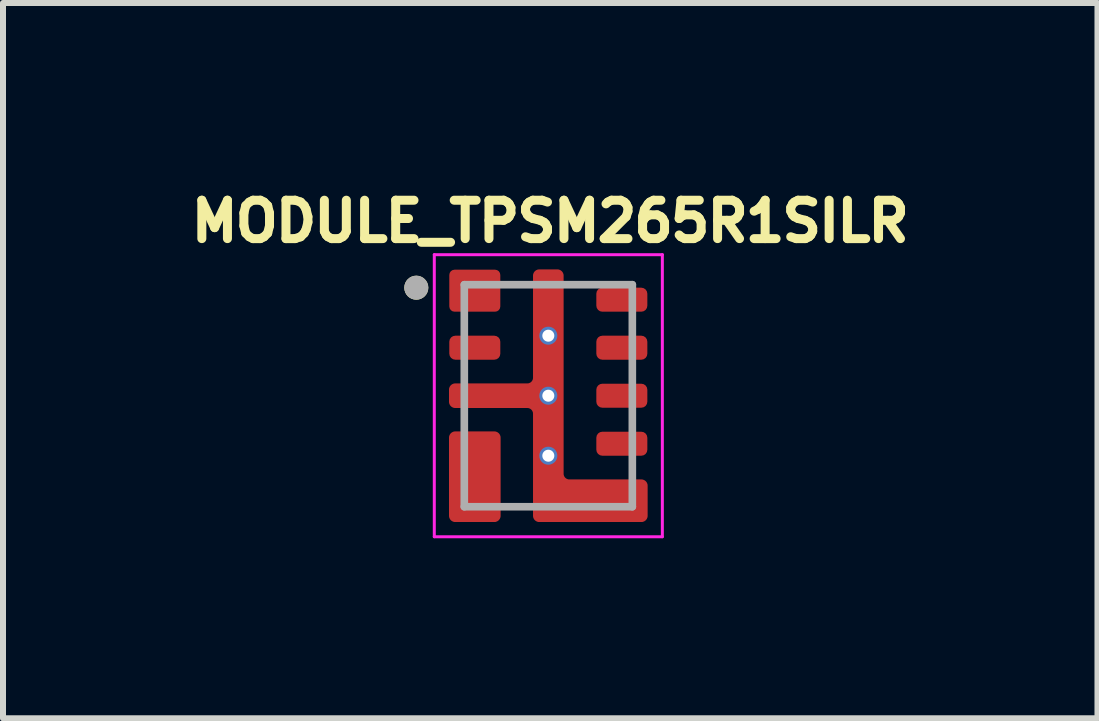
<source format=kicad_pcb>
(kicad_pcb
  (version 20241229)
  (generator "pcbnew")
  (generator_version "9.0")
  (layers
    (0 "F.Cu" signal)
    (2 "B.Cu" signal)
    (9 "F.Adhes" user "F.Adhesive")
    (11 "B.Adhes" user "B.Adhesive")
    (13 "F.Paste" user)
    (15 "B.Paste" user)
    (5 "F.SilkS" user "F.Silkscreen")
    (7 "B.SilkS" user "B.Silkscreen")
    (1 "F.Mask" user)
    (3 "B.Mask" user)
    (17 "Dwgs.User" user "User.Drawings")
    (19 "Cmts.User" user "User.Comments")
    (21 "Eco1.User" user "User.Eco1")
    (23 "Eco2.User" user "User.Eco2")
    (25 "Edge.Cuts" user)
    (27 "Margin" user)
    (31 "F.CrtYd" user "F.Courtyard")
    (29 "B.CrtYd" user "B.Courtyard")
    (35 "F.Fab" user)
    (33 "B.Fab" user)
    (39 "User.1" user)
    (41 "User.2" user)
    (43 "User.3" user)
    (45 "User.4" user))
  (footprint "MODULE_TPSM265R1SILR"
    (layer "F.Cu")
    (at 6.087 3.544)
    (property "Reference" "MODULE_TPSM265R1SILR" (at 0.032 -2.906 0) (layer "F.SilkS") (effects (font (size 0.64 0.64) (thickness 0.15))))
    (attr smd)
    (fp_poly (pts (xy -0.85 -1.5) (xy -0.85 -1.7) (xy -0.85 -1.703) (xy -0.85 -1.705) (xy -0.851 -1.708) (xy -0.851 -1.71) (xy -0.852 -1.713) (xy -0.852 -1.715) (xy -0.853 -1.718) (xy -0.854 -1.72) (xy -0.855 -1.723) (xy -0.857 -1.725) (xy -0.858 -1.727) (xy -0.86 -1.729) (xy -0.861 -1.731) (xy -0.863 -1.733) (xy -0.865 -1.735) (xy -0.867 -1.737) (xy -0.869 -1.739) (xy -0.871 -1.74) (xy -0.873 -1.742) (xy -0.875 -1.743) (xy -0.877 -1.745) (xy -0.88 -1.746) (xy -0.882 -1.747) (xy -0.885 -1.748) (xy -0.887 -1.748) (xy -0.89 -1.749) (xy -0.892 -1.749) (xy -0.895 -1.75) (xy -0.897 -1.75) (xy -0.9 -1.75) (xy -1.55 -1.75) (xy -1.553 -1.75) (xy -1.555 -1.75) (xy -1.558 -1.749) (xy -1.56 -1.749) (xy -1.563 -1.748) (xy -1.565 -1.748) (xy -1.568 -1.747) (xy -1.57 -1.746) (xy -1.573 -1.745) (xy -1.575 -1.743) (xy -1.577 -1.742) (xy -1.579 -1.74) (xy -1.581 -1.739) (xy -1.583 -1.737) (xy -1.585 -1.735) (xy -1.587 -1.733) (xy -1.589 -1.731) (xy -1.59 -1.729) (xy -1.592 -1.727) (xy -1.593 -1.725) (xy -1.595 -1.723) (xy -1.596 -1.72) (xy -1.597 -1.718) (xy -1.598 -1.715) (xy -1.598 -1.713) (xy -1.599 -1.71) (xy -1.599 -1.708) (xy -1.6 -1.705) (xy -1.6 -1.703) (xy -1.6 -1.7) (xy -1.6 -1.5) (xy -1.6 -1.497) (xy -1.6 -1.495) (xy -1.599 -1.492) (xy -1.599 -1.49) (xy -1.598 -1.487) (xy -1.598 -1.485) (xy -1.597 -1.482) (xy -1.596 -1.48) (xy -1.595 -1.477) (xy -1.593 -1.475) (xy -1.592 -1.473) (xy -1.59 -1.471) (xy -1.589 -1.469) (xy -1.587 -1.467) (xy -1.585 -1.465) (xy -1.583 -1.463) (xy -1.581 -1.461) (xy -1.579 -1.46) (xy -1.577 -1.458) (xy -1.575 -1.457) (xy -1.573 -1.455) (xy -1.57 -1.454) (xy -1.568 -1.453) (xy -1.565 -1.452) (xy -1.563 -1.452) (xy -1.56 -1.451) (xy -1.558 -1.451) (xy -1.555 -1.45) (xy -1.553 -1.45) (xy -1.55 -1.45) (xy -0.9 -1.45) (xy -0.897 -1.45) (xy -0.895 -1.45) (xy -0.892 -1.451) (xy -0.89 -1.451) (xy -0.887 -1.452) (xy -0.885 -1.452) (xy -0.882 -1.453) (xy -0.88 -1.454) (xy -0.877 -1.455) (xy -0.875 -1.457) (xy -0.873 -1.458) (xy -0.871 -1.46) (xy -0.869 -1.461) (xy -0.867 -1.463) (xy -0.865 -1.465) (xy -0.863 -1.467) (xy -0.861 -1.469) (xy -0.86 -1.471) (xy -0.858 -1.473) (xy -0.857 -1.475) (xy -0.855 -1.477) (xy -0.854 -1.48) (xy -0.853 -1.482) (xy -0.852 -1.485) (xy -0.852 -1.487) (xy -0.851 -1.49) (xy -0.851 -1.492) (xy -0.85 -1.495) (xy -0.85 -1.497) (xy -0.85 -1.5)) (stroke (width 0.01) (type solid)) (fill yes) (layer "F.Mask"))
    (fp_poly (pts (xy -0.85 -0.7) (xy -0.85 -0.9) (xy -0.85 -0.903) (xy -0.85 -0.905) (xy -0.851 -0.908) (xy -0.851 -0.91) (xy -0.852 -0.913) (xy -0.852 -0.915) (xy -0.853 -0.918) (xy -0.854 -0.92) (xy -0.855 -0.923) (xy -0.857 -0.925) (xy -0.858 -0.927) (xy -0.86 -0.929) (xy -0.861 -0.931) (xy -0.863 -0.933) (xy -0.865 -0.935) (xy -0.867 -0.937) (xy -0.869 -0.939) (xy -0.871 -0.94) (xy -0.873 -0.942) (xy -0.875 -0.943) (xy -0.877 -0.945) (xy -0.88 -0.946) (xy -0.882 -0.947) (xy -0.885 -0.948) (xy -0.887 -0.948) (xy -0.89 -0.949) (xy -0.892 -0.949) (xy -0.895 -0.95) (xy -0.897 -0.95) (xy -0.9 -0.95) (xy -1.55 -0.95) (xy -1.553 -0.95) (xy -1.555 -0.95) (xy -1.558 -0.949) (xy -1.56 -0.949) (xy -1.563 -0.948) (xy -1.565 -0.948) (xy -1.568 -0.947) (xy -1.57 -0.946) (xy -1.573 -0.945) (xy -1.575 -0.943) (xy -1.577 -0.942) (xy -1.579 -0.94) (xy -1.581 -0.939) (xy -1.583 -0.937) (xy -1.585 -0.935) (xy -1.587 -0.933) (xy -1.589 -0.931) (xy -1.59 -0.929) (xy -1.592 -0.927) (xy -1.593 -0.925) (xy -1.595 -0.923) (xy -1.596 -0.92) (xy -1.597 -0.918) (xy -1.598 -0.915) (xy -1.598 -0.913) (xy -1.599 -0.91) (xy -1.599 -0.908) (xy -1.6 -0.905) (xy -1.6 -0.903) (xy -1.6 -0.9) (xy -1.6 -0.7) (xy -1.6 -0.697) (xy -1.6 -0.695) (xy -1.599 -0.692) (xy -1.599 -0.69) (xy -1.598 -0.687) (xy -1.598 -0.685) (xy -1.597 -0.682) (xy -1.596 -0.68) (xy -1.595 -0.677) (xy -1.593 -0.675) (xy -1.592 -0.673) (xy -1.59 -0.671) (xy -1.589 -0.669) (xy -1.587 -0.667) (xy -1.585 -0.665) (xy -1.583 -0.663) (xy -1.581 -0.661) (xy -1.579 -0.66) (xy -1.577 -0.658) (xy -1.575 -0.657) (xy -1.573 -0.655) (xy -1.57 -0.654) (xy -1.568 -0.653) (xy -1.565 -0.652) (xy -1.563 -0.652) (xy -1.56 -0.651) (xy -1.558 -0.651) (xy -1.555 -0.65) (xy -1.553 -0.65) (xy -1.55 -0.65) (xy -0.9 -0.65) (xy -0.897 -0.65) (xy -0.895 -0.65) (xy -0.892 -0.651) (xy -0.89 -0.651) (xy -0.887 -0.652) (xy -0.885 -0.652) (xy -0.882 -0.653) (xy -0.88 -0.654) (xy -0.877 -0.655) (xy -0.875 -0.657) (xy -0.873 -0.658) (xy -0.871 -0.66) (xy -0.869 -0.661) (xy -0.867 -0.663) (xy -0.865 -0.665) (xy -0.863 -0.667) (xy -0.861 -0.669) (xy -0.86 -0.671) (xy -0.858 -0.673) (xy -0.857 -0.675) (xy -0.855 -0.677) (xy -0.854 -0.68) (xy -0.853 -0.682) (xy -0.852 -0.685) (xy -0.852 -0.687) (xy -0.851 -0.69) (xy -0.851 -0.692) (xy -0.85 -0.695) (xy -0.85 -0.697) (xy -0.85 -0.7)) (stroke (width 0.01) (type solid)) (fill yes) (layer "F.Mask"))
    (fp_poly (pts (xy -0.85 0.1) (xy -0.85 -0.1) (xy -0.85 -0.103) (xy -0.85 -0.105) (xy -0.851 -0.108) (xy -0.851 -0.11) (xy -0.852 -0.113) (xy -0.852 -0.115) (xy -0.853 -0.118) (xy -0.854 -0.12) (xy -0.855 -0.123) (xy -0.857 -0.125) (xy -0.858 -0.127) (xy -0.86 -0.129) (xy -0.861 -0.131) (xy -0.863 -0.133) (xy -0.865 -0.135) (xy -0.867 -0.137) (xy -0.869 -0.139) (xy -0.871 -0.14) (xy -0.873 -0.142) (xy -0.875 -0.143) (xy -0.877 -0.145) (xy -0.88 -0.146) (xy -0.882 -0.147) (xy -0.885 -0.148) (xy -0.887 -0.148) (xy -0.89 -0.149) (xy -0.892 -0.149) (xy -0.895 -0.15) (xy -0.897 -0.15) (xy -0.9 -0.15) (xy -1.55 -0.15) (xy -1.553 -0.15) (xy -1.555 -0.15) (xy -1.558 -0.149) (xy -1.56 -0.149) (xy -1.563 -0.148) (xy -1.565 -0.148) (xy -1.568 -0.147) (xy -1.57 -0.146) (xy -1.573 -0.145) (xy -1.575 -0.143) (xy -1.577 -0.142) (xy -1.579 -0.14) (xy -1.581 -0.139) (xy -1.583 -0.137) (xy -1.585 -0.135) (xy -1.587 -0.133) (xy -1.589 -0.131) (xy -1.59 -0.129) (xy -1.592 -0.127) (xy -1.593 -0.125) (xy -1.595 -0.123) (xy -1.596 -0.12) (xy -1.597 -0.118) (xy -1.598 -0.115) (xy -1.598 -0.113) (xy -1.599 -0.11) (xy -1.599 -0.108) (xy -1.6 -0.105) (xy -1.6 -0.103) (xy -1.6 -0.1) (xy -1.6 0.1) (xy -1.6 0.103) (xy -1.6 0.105) (xy -1.599 0.108) (xy -1.599 0.11) (xy -1.598 0.113) (xy -1.598 0.115) (xy -1.597 0.118) (xy -1.596 0.12) (xy -1.595 0.123) (xy -1.593 0.125) (xy -1.592 0.127) (xy -1.59 0.129) (xy -1.589 0.131) (xy -1.587 0.133) (xy -1.585 0.135) (xy -1.583 0.137) (xy -1.581 0.139) (xy -1.579 0.14) (xy -1.577 0.142) (xy -1.575 0.143) (xy -1.573 0.145) (xy -1.57 0.146) (xy -1.568 0.147) (xy -1.565 0.148) (xy -1.563 0.148) (xy -1.56 0.149) (xy -1.558 0.149) (xy -1.555 0.15) (xy -1.553 0.15) (xy -1.55 0.15) (xy -0.9 0.15) (xy -0.897 0.15) (xy -0.895 0.15) (xy -0.892 0.149) (xy -0.89 0.149) (xy -0.887 0.148) (xy -0.885 0.148) (xy -0.882 0.147) (xy -0.88 0.146) (xy -0.877 0.145) (xy -0.875 0.143) (xy -0.873 0.142) (xy -0.871 0.14) (xy -0.869 0.139) (xy -0.867 0.137) (xy -0.865 0.135) (xy -0.863 0.133) (xy -0.861 0.131) (xy -0.86 0.129) (xy -0.858 0.127) (xy -0.857 0.125) (xy -0.855 0.123) (xy -0.854 0.12) (xy -0.853 0.118) (xy -0.852 0.115) (xy -0.852 0.113) (xy -0.851 0.11) (xy -0.851 0.108) (xy -0.85 0.105) (xy -0.85 0.103) (xy -0.85 0.1)) (stroke (width 0.01) (type solid)) (fill yes) (layer "F.Mask"))
    (fp_poly (pts (xy -0.85 0.9) (xy -0.85 0.7) (xy -0.85 0.697) (xy -0.85 0.695) (xy -0.851 0.692) (xy -0.851 0.69) (xy -0.852 0.687) (xy -0.852 0.685) (xy -0.853 0.682) (xy -0.854 0.68) (xy -0.855 0.677) (xy -0.857 0.675) (xy -0.858 0.673) (xy -0.86 0.671) (xy -0.861 0.669) (xy -0.863 0.667) (xy -0.865 0.665) (xy -0.867 0.663) (xy -0.869 0.661) (xy -0.871 0.66) (xy -0.873 0.658) (xy -0.875 0.657) (xy -0.877 0.655) (xy -0.88 0.654) (xy -0.882 0.653) (xy -0.885 0.652) (xy -0.887 0.652) (xy -0.89 0.651) (xy -0.892 0.651) (xy -0.895 0.65) (xy -0.897 0.65) (xy -0.9 0.65) (xy -1.55 0.65) (xy -1.553 0.65) (xy -1.555 0.65) (xy -1.558 0.651) (xy -1.56 0.651) (xy -1.563 0.652) (xy -1.565 0.652) (xy -1.568 0.653) (xy -1.57 0.654) (xy -1.573 0.655) (xy -1.575 0.657) (xy -1.577 0.658) (xy -1.579 0.66) (xy -1.581 0.661) (xy -1.583 0.663) (xy -1.585 0.665) (xy -1.587 0.667) (xy -1.589 0.669) (xy -1.59 0.671) (xy -1.592 0.673) (xy -1.593 0.675) (xy -1.595 0.677) (xy -1.596 0.68) (xy -1.597 0.682) (xy -1.598 0.685) (xy -1.598 0.687) (xy -1.599 0.69) (xy -1.599 0.692) (xy -1.6 0.695) (xy -1.6 0.697) (xy -1.6 0.7) (xy -1.6 0.9) (xy -1.6 0.903) (xy -1.6 0.905) (xy -1.599 0.908) (xy -1.599 0.91) (xy -1.598 0.913) (xy -1.598 0.915) (xy -1.597 0.918) (xy -1.596 0.92) (xy -1.595 0.923) (xy -1.593 0.925) (xy -1.592 0.927) (xy -1.59 0.929) (xy -1.589 0.931) (xy -1.587 0.933) (xy -1.585 0.935) (xy -1.583 0.937) (xy -1.581 0.939) (xy -1.579 0.94) (xy -1.577 0.942) (xy -1.575 0.943) (xy -1.573 0.945) (xy -1.57 0.946) (xy -1.568 0.947) (xy -1.565 0.948) (xy -1.563 0.948) (xy -1.56 0.949) (xy -1.558 0.949) (xy -1.555 0.95) (xy -1.553 0.95) (xy -1.55 0.95) (xy -0.9 0.95) (xy -0.897 0.95) (xy -0.895 0.95) (xy -0.892 0.949) (xy -0.89 0.949) (xy -0.887 0.948) (xy -0.885 0.948) (xy -0.882 0.947) (xy -0.88 0.946) (xy -0.877 0.945) (xy -0.875 0.943) (xy -0.873 0.942) (xy -0.871 0.94) (xy -0.869 0.939) (xy -0.867 0.937) (xy -0.865 0.935) (xy -0.863 0.933) (xy -0.861 0.931) (xy -0.86 0.929) (xy -0.858 0.927) (xy -0.857 0.925) (xy -0.855 0.923) (xy -0.854 0.92) (xy -0.853 0.918) (xy -0.852 0.915) (xy -0.852 0.913) (xy -0.851 0.91) (xy -0.851 0.908) (xy -0.85 0.905) (xy -0.85 0.903) (xy -0.85 0.9)) (stroke (width 0.01) (type solid)) (fill yes) (layer "F.Mask"))
    (fp_poly (pts (xy -0.85 1.7) (xy -0.85 1.5) (xy -0.85 1.497) (xy -0.85 1.495) (xy -0.851 1.492) (xy -0.851 1.49) (xy -0.852 1.487) (xy -0.852 1.485) (xy -0.853 1.482) (xy -0.854 1.48) (xy -0.855 1.477) (xy -0.857 1.475) (xy -0.858 1.473) (xy -0.86 1.471) (xy -0.861 1.469) (xy -0.863 1.467) (xy -0.865 1.465) (xy -0.867 1.463) (xy -0.869 1.461) (xy -0.871 1.46) (xy -0.873 1.458) (xy -0.875 1.457) (xy -0.877 1.455) (xy -0.88 1.454) (xy -0.882 1.453) (xy -0.885 1.452) (xy -0.887 1.452) (xy -0.89 1.451) (xy -0.892 1.451) (xy -0.895 1.45) (xy -0.897 1.45) (xy -0.9 1.45) (xy -1.55 1.45) (xy -1.553 1.45) (xy -1.555 1.45) (xy -1.558 1.451) (xy -1.56 1.451) (xy -1.563 1.452) (xy -1.565 1.452) (xy -1.568 1.453) (xy -1.57 1.454) (xy -1.573 1.455) (xy -1.575 1.457) (xy -1.577 1.458) (xy -1.579 1.46) (xy -1.581 1.461) (xy -1.583 1.463) (xy -1.585 1.465) (xy -1.587 1.467) (xy -1.589 1.469) (xy -1.59 1.471) (xy -1.592 1.473) (xy -1.593 1.475) (xy -1.595 1.477) (xy -1.596 1.48) (xy -1.597 1.482) (xy -1.598 1.485) (xy -1.598 1.487) (xy -1.599 1.49) (xy -1.599 1.492) (xy -1.6 1.495) (xy -1.6 1.497) (xy -1.6 1.5) (xy -1.6 1.7) (xy -1.6 1.703) (xy -1.6 1.705) (xy -1.599 1.708) (xy -1.599 1.71) (xy -1.598 1.713) (xy -1.598 1.715) (xy -1.597 1.718) (xy -1.596 1.72) (xy -1.595 1.723) (xy -1.593 1.725) (xy -1.592 1.727) (xy -1.59 1.729) (xy -1.589 1.731) (xy -1.587 1.733) (xy -1.585 1.735) (xy -1.583 1.737) (xy -1.581 1.739) (xy -1.579 1.74) (xy -1.577 1.742) (xy -1.575 1.743) (xy -1.573 1.745) (xy -1.57 1.746) (xy -1.568 1.747) (xy -1.565 1.748) (xy -1.563 1.748) (xy -1.56 1.749) (xy -1.558 1.749) (xy -1.555 1.75) (xy -1.553 1.75) (xy -1.55 1.75) (xy -0.9 1.75) (xy -0.897 1.75) (xy -0.895 1.75) (xy -0.892 1.749) (xy -0.89 1.749) (xy -0.887 1.748) (xy -0.885 1.748) (xy -0.882 1.747) (xy -0.88 1.746) (xy -0.877 1.745) (xy -0.875 1.743) (xy -0.873 1.742) (xy -0.871 1.74) (xy -0.869 1.739) (xy -0.867 1.737) (xy -0.865 1.735) (xy -0.863 1.733) (xy -0.861 1.731) (xy -0.86 1.729) (xy -0.858 1.727) (xy -0.857 1.725) (xy -0.855 1.723) (xy -0.854 1.72) (xy -0.853 1.718) (xy -0.852 1.715) (xy -0.852 1.713) (xy -0.851 1.71) (xy -0.851 1.708) (xy -0.85 1.705) (xy -0.85 1.703) (xy -0.85 1.7)) (stroke (width 0.01) (type solid)) (fill yes) (layer "F.Mask"))
    (fp_poly (pts (xy 0.15 -2.05) (xy -0.15 -2.05) (xy -0.153 -2.05) (xy -0.155 -2.05) (xy -0.158 -2.049) (xy -0.16 -2.049) (xy -0.163 -2.048) (xy -0.165 -2.048) (xy -0.168 -2.047) (xy -0.17 -2.046) (xy -0.173 -2.045) (xy -0.175 -2.043) (xy -0.177 -2.042) (xy -0.179 -2.04) (xy -0.181 -2.039) (xy -0.183 -2.037) (xy -0.185 -2.035) (xy -0.187 -2.033) (xy -0.189 -2.031) (xy -0.19 -2.029) (xy -0.192 -2.027) (xy -0.193 -2.025) (xy -0.195 -2.023) (xy -0.196 -2.02) (xy -0.197 -2.018) (xy -0.198 -2.015) (xy -0.198 -2.013) (xy -0.199 -2.01) (xy -0.199 -2.008) (xy -0.2 -2.005) (xy -0.2 -2.003) (xy -0.2 -2) (xy -0.2 2) (xy -0.2 2.003) (xy -0.2 2.005) (xy -0.199 2.008) (xy -0.199 2.01) (xy -0.198 2.013) (xy -0.198 2.015) (xy -0.197 2.018) (xy -0.196 2.02) (xy -0.195 2.023) (xy -0.193 2.025) (xy -0.192 2.027) (xy -0.19 2.029) (xy -0.189 2.031) (xy -0.187 2.033) (xy -0.185 2.035) (xy -0.183 2.037) (xy -0.181 2.039) (xy -0.179 2.04) (xy -0.177 2.042) (xy -0.175 2.043) (xy -0.173 2.045) (xy -0.17 2.046) (xy -0.168 2.047) (xy -0.165 2.048) (xy -0.163 2.048) (xy -0.16 2.049) (xy -0.158 2.049) (xy -0.155 2.05) (xy -0.153 2.05) (xy -0.15 2.05) (xy 0.15 2.05) (xy 0.153 2.05) (xy 0.155 2.05) (xy 0.158 2.049) (xy 0.16 2.049) (xy 0.163 2.048) (xy 0.165 2.048) (xy 0.168 2.047) (xy 0.17 2.046) (xy 0.173 2.045) (xy 0.175 2.043) (xy 0.177 2.042) (xy 0.179 2.04) (xy 0.181 2.039) (xy 0.183 2.037) (xy 0.185 2.035) (xy 0.187 2.033) (xy 0.189 2.031) (xy 0.19 2.029) (xy 0.192 2.027) (xy 0.193 2.025) (xy 0.195 2.023) (xy 0.196 2.02) (xy 0.197 2.018) (xy 0.198 2.015) (xy 0.198 2.013) (xy 0.199 2.01) (xy 0.199 2.008) (xy 0.2 2.005) (xy 0.2 2.003) (xy 0.2 2) (xy 0.2 -2) (xy 0.2 -2.003) (xy 0.2 -2.005) (xy 0.199 -2.008) (xy 0.199 -2.01) (xy 0.198 -2.013) (xy 0.198 -2.015) (xy 0.197 -2.018) (xy 0.196 -2.02) (xy 0.195 -2.023) (xy 0.193 -2.025) (xy 0.192 -2.027) (xy 0.19 -2.029) (xy 0.189 -2.031) (xy 0.187 -2.033) (xy 0.185 -2.035) (xy 0.183 -2.037) (xy 0.181 -2.039) (xy 0.179 -2.04) (xy 0.177 -2.042) (xy 0.175 -2.043) (xy 0.173 -2.045) (xy 0.17 -2.046) (xy 0.168 -2.047) (xy 0.165 -2.048) (xy 0.163 -2.048) (xy 0.16 -2.049) (xy 0.158 -2.049) (xy 0.155 -2.05) (xy 0.153 -2.05) (xy 0.15 -2.05)) (stroke (width 0.01) (type solid)) (fill yes) (layer "F.Mask"))
    (fp_poly (pts (xy 0.85 -1.7) (xy 0.85 -1.5) (xy 0.85 -1.497) (xy 0.85 -1.495) (xy 0.851 -1.492) (xy 0.851 -1.49) (xy 0.852 -1.487) (xy 0.852 -1.485) (xy 0.853 -1.482) (xy 0.854 -1.48) (xy 0.855 -1.477) (xy 0.857 -1.475) (xy 0.858 -1.473) (xy 0.86 -1.471) (xy 0.861 -1.469) (xy 0.863 -1.467) (xy 0.865 -1.465) (xy 0.867 -1.463) (xy 0.869 -1.461) (xy 0.871 -1.46) (xy 0.873 -1.458) (xy 0.875 -1.457) (xy 0.877 -1.455) (xy 0.88 -1.454) (xy 0.882 -1.453) (xy 0.885 -1.452) (xy 0.887 -1.452) (xy 0.89 -1.451) (xy 0.892 -1.451) (xy 0.895 -1.45) (xy 0.897 -1.45) (xy 0.9 -1.45) (xy 1.55 -1.45) (xy 1.553 -1.45) (xy 1.555 -1.45) (xy 1.558 -1.451) (xy 1.56 -1.451) (xy 1.563 -1.452) (xy 1.565 -1.452) (xy 1.568 -1.453) (xy 1.57 -1.454) (xy 1.573 -1.455) (xy 1.575 -1.457) (xy 1.577 -1.458) (xy 1.579 -1.46) (xy 1.581 -1.461) (xy 1.583 -1.463) (xy 1.585 -1.465) (xy 1.587 -1.467) (xy 1.589 -1.469) (xy 1.59 -1.471) (xy 1.592 -1.473) (xy 1.593 -1.475) (xy 1.595 -1.477) (xy 1.596 -1.48) (xy 1.597 -1.482) (xy 1.598 -1.485) (xy 1.598 -1.487) (xy 1.599 -1.49) (xy 1.599 -1.492) (xy 1.6 -1.495) (xy 1.6 -1.497) (xy 1.6 -1.5) (xy 1.6 -1.7) (xy 1.6 -1.703) (xy 1.6 -1.705) (xy 1.599 -1.708) (xy 1.599 -1.71) (xy 1.598 -1.713) (xy 1.598 -1.715) (xy 1.597 -1.718) (xy 1.596 -1.72) (xy 1.595 -1.723) (xy 1.593 -1.725) (xy 1.592 -1.727) (xy 1.59 -1.729) (xy 1.589 -1.731) (xy 1.587 -1.733) (xy 1.585 -1.735) (xy 1.583 -1.737) (xy 1.581 -1.739) (xy 1.579 -1.74) (xy 1.577 -1.742) (xy 1.575 -1.743) (xy 1.573 -1.745) (xy 1.57 -1.746) (xy 1.568 -1.747) (xy 1.565 -1.748) (xy 1.563 -1.748) (xy 1.56 -1.749) (xy 1.558 -1.749) (xy 1.555 -1.75) (xy 1.553 -1.75) (xy 1.55 -1.75) (xy 0.9 -1.75) (xy 0.897 -1.75) (xy 0.895 -1.75) (xy 0.892 -1.749) (xy 0.89 -1.749) (xy 0.887 -1.748) (xy 0.885 -1.748) (xy 0.882 -1.747) (xy 0.88 -1.746) (xy 0.877 -1.745) (xy 0.875 -1.743) (xy 0.873 -1.742) (xy 0.871 -1.74) (xy 0.869 -1.739) (xy 0.867 -1.737) (xy 0.865 -1.735) (xy 0.863 -1.733) (xy 0.861 -1.731) (xy 0.86 -1.729) (xy 0.858 -1.727) (xy 0.857 -1.725) (xy 0.855 -1.723) (xy 0.854 -1.72) (xy 0.853 -1.718) (xy 0.852 -1.715) (xy 0.852 -1.713) (xy 0.851 -1.71) (xy 0.851 -1.708) (xy 0.85 -1.705) (xy 0.85 -1.703) (xy 0.85 -1.7)) (stroke (width 0.01) (type solid)) (fill yes) (layer "F.Mask"))
    (fp_poly (pts (xy 0.85 -0.9) (xy 0.85 -0.7) (xy 0.85 -0.697) (xy 0.85 -0.695) (xy 0.851 -0.692) (xy 0.851 -0.69) (xy 0.852 -0.687) (xy 0.852 -0.685) (xy 0.853 -0.682) (xy 0.854 -0.68) (xy 0.855 -0.677) (xy 0.857 -0.675) (xy 0.858 -0.673) (xy 0.86 -0.671) (xy 0.861 -0.669) (xy 0.863 -0.667) (xy 0.865 -0.665) (xy 0.867 -0.663) (xy 0.869 -0.661) (xy 0.871 -0.66) (xy 0.873 -0.658) (xy 0.875 -0.657) (xy 0.877 -0.655) (xy 0.88 -0.654) (xy 0.882 -0.653) (xy 0.885 -0.652) (xy 0.887 -0.652) (xy 0.89 -0.651) (xy 0.892 -0.651) (xy 0.895 -0.65) (xy 0.897 -0.65) (xy 0.9 -0.65) (xy 1.55 -0.65) (xy 1.553 -0.65) (xy 1.555 -0.65) (xy 1.558 -0.651) (xy 1.56 -0.651) (xy 1.563 -0.652) (xy 1.565 -0.652) (xy 1.568 -0.653) (xy 1.57 -0.654) (xy 1.573 -0.655) (xy 1.575 -0.657) (xy 1.577 -0.658) (xy 1.579 -0.66) (xy 1.581 -0.661) (xy 1.583 -0.663) (xy 1.585 -0.665) (xy 1.587 -0.667) (xy 1.589 -0.669) (xy 1.59 -0.671) (xy 1.592 -0.673) (xy 1.593 -0.675) (xy 1.595 -0.677) (xy 1.596 -0.68) (xy 1.597 -0.682) (xy 1.598 -0.685) (xy 1.598 -0.687) (xy 1.599 -0.69) (xy 1.599 -0.692) (xy 1.6 -0.695) (xy 1.6 -0.697) (xy 1.6 -0.7) (xy 1.6 -0.9) (xy 1.6 -0.903) (xy 1.6 -0.905) (xy 1.599 -0.908) (xy 1.599 -0.91) (xy 1.598 -0.913) (xy 1.598 -0.915) (xy 1.597 -0.918) (xy 1.596 -0.92) (xy 1.595 -0.923) (xy 1.593 -0.925) (xy 1.592 -0.927) (xy 1.59 -0.929) (xy 1.589 -0.931) (xy 1.587 -0.933) (xy 1.585 -0.935) (xy 1.583 -0.937) (xy 1.581 -0.939) (xy 1.579 -0.94) (xy 1.577 -0.942) (xy 1.575 -0.943) (xy 1.573 -0.945) (xy 1.57 -0.946) (xy 1.568 -0.947) (xy 1.565 -0.948) (xy 1.563 -0.948) (xy 1.56 -0.949) (xy 1.558 -0.949) (xy 1.555 -0.95) (xy 1.553 -0.95) (xy 1.55 -0.95) (xy 0.9 -0.95) (xy 0.897 -0.95) (xy 0.895 -0.95) (xy 0.892 -0.949) (xy 0.89 -0.949) (xy 0.887 -0.948) (xy 0.885 -0.948) (xy 0.882 -0.947) (xy 0.88 -0.946) (xy 0.877 -0.945) (xy 0.875 -0.943) (xy 0.873 -0.942) (xy 0.871 -0.94) (xy 0.869 -0.939) (xy 0.867 -0.937) (xy 0.865 -0.935) (xy 0.863 -0.933) (xy 0.861 -0.931) (xy 0.86 -0.929) (xy 0.858 -0.927) (xy 0.857 -0.925) (xy 0.855 -0.923) (xy 0.854 -0.92) (xy 0.853 -0.918) (xy 0.852 -0.915) (xy 0.852 -0.913) (xy 0.851 -0.91) (xy 0.851 -0.908) (xy 0.85 -0.905) (xy 0.85 -0.903) (xy 0.85 -0.9)) (stroke (width 0.01) (type solid)) (fill yes) (layer "F.Mask"))
    (fp_poly (pts (xy 0.85 -0.1) (xy 0.85 0.1) (xy 0.85 0.103) (xy 0.85 0.105) (xy 0.851 0.108) (xy 0.851 0.11) (xy 0.852 0.113) (xy 0.852 0.115) (xy 0.853 0.118) (xy 0.854 0.12) (xy 0.855 0.123) (xy 0.857 0.125) (xy 0.858 0.127) (xy 0.86 0.129) (xy 0.861 0.131) (xy 0.863 0.133) (xy 0.865 0.135) (xy 0.867 0.137) (xy 0.869 0.139) (xy 0.871 0.14) (xy 0.873 0.142) (xy 0.875 0.143) (xy 0.877 0.145) (xy 0.88 0.146) (xy 0.882 0.147) (xy 0.885 0.148) (xy 0.887 0.148) (xy 0.89 0.149) (xy 0.892 0.149) (xy 0.895 0.15) (xy 0.897 0.15) (xy 0.9 0.15) (xy 1.55 0.15) (xy 1.553 0.15) (xy 1.555 0.15) (xy 1.558 0.149) (xy 1.56 0.149) (xy 1.563 0.148) (xy 1.565 0.148) (xy 1.568 0.147) (xy 1.57 0.146) (xy 1.573 0.145) (xy 1.575 0.143) (xy 1.577 0.142) (xy 1.579 0.14) (xy 1.581 0.139) (xy 1.583 0.137) (xy 1.585 0.135) (xy 1.587 0.133) (xy 1.589 0.131) (xy 1.59 0.129) (xy 1.592 0.127) (xy 1.593 0.125) (xy 1.595 0.123) (xy 1.596 0.12) (xy 1.597 0.118) (xy 1.598 0.115) (xy 1.598 0.113) (xy 1.599 0.11) (xy 1.599 0.108) (xy 1.6 0.105) (xy 1.6 0.103) (xy 1.6 0.1) (xy 1.6 -0.1) (xy 1.6 -0.103) (xy 1.6 -0.105) (xy 1.599 -0.108) (xy 1.599 -0.11) (xy 1.598 -0.113) (xy 1.598 -0.115) (xy 1.597 -0.118) (xy 1.596 -0.12) (xy 1.595 -0.123) (xy 1.593 -0.125) (xy 1.592 -0.127) (xy 1.59 -0.129) (xy 1.589 -0.131) (xy 1.587 -0.133) (xy 1.585 -0.135) (xy 1.583 -0.137) (xy 1.581 -0.139) (xy 1.579 -0.14) (xy 1.577 -0.142) (xy 1.575 -0.143) (xy 1.573 -0.145) (xy 1.57 -0.146) (xy 1.568 -0.147) (xy 1.565 -0.148) (xy 1.563 -0.148) (xy 1.56 -0.149) (xy 1.558 -0.149) (xy 1.555 -0.15) (xy 1.553 -0.15) (xy 1.55 -0.15) (xy 0.9 -0.15) (xy 0.897 -0.15) (xy 0.895 -0.15) (xy 0.892 -0.149) (xy 0.89 -0.149) (xy 0.887 -0.148) (xy 0.885 -0.148) (xy 0.882 -0.147) (xy 0.88 -0.146) (xy 0.877 -0.145) (xy 0.875 -0.143) (xy 0.873 -0.142) (xy 0.871 -0.14) (xy 0.869 -0.139) (xy 0.867 -0.137) (xy 0.865 -0.135) (xy 0.863 -0.133) (xy 0.861 -0.131) (xy 0.86 -0.129) (xy 0.858 -0.127) (xy 0.857 -0.125) (xy 0.855 -0.123) (xy 0.854 -0.12) (xy 0.853 -0.118) (xy 0.852 -0.115) (xy 0.852 -0.113) (xy 0.851 -0.11) (xy 0.851 -0.108) (xy 0.85 -0.105) (xy 0.85 -0.103) (xy 0.85 -0.1)) (stroke (width 0.01) (type solid)) (fill yes) (layer "F.Mask"))
    (fp_poly (pts (xy 0.85 0.7) (xy 0.85 0.9) (xy 0.85 0.903) (xy 0.85 0.905) (xy 0.851 0.908) (xy 0.851 0.91) (xy 0.852 0.913) (xy 0.852 0.915) (xy 0.853 0.918) (xy 0.854 0.92) (xy 0.855 0.923) (xy 0.857 0.925) (xy 0.858 0.927) (xy 0.86 0.929) (xy 0.861 0.931) (xy 0.863 0.933) (xy 0.865 0.935) (xy 0.867 0.937) (xy 0.869 0.939) (xy 0.871 0.94) (xy 0.873 0.942) (xy 0.875 0.943) (xy 0.877 0.945) (xy 0.88 0.946) (xy 0.882 0.947) (xy 0.885 0.948) (xy 0.887 0.948) (xy 0.89 0.949) (xy 0.892 0.949) (xy 0.895 0.95) (xy 0.897 0.95) (xy 0.9 0.95) (xy 1.55 0.95) (xy 1.553 0.95) (xy 1.555 0.95) (xy 1.558 0.949) (xy 1.56 0.949) (xy 1.563 0.948) (xy 1.565 0.948) (xy 1.568 0.947) (xy 1.57 0.946) (xy 1.573 0.945) (xy 1.575 0.943) (xy 1.577 0.942) (xy 1.579 0.94) (xy 1.581 0.939) (xy 1.583 0.937) (xy 1.585 0.935) (xy 1.587 0.933) (xy 1.589 0.931) (xy 1.59 0.929) (xy 1.592 0.927) (xy 1.593 0.925) (xy 1.595 0.923) (xy 1.596 0.92) (xy 1.597 0.918) (xy 1.598 0.915) (xy 1.598 0.913) (xy 1.599 0.91) (xy 1.599 0.908) (xy 1.6 0.905) (xy 1.6 0.903) (xy 1.6 0.9) (xy 1.6 0.7) (xy 1.6 0.697) (xy 1.6 0.695) (xy 1.599 0.692) (xy 1.599 0.69) (xy 1.598 0.687) (xy 1.598 0.685) (xy 1.597 0.682) (xy 1.596 0.68) (xy 1.595 0.677) (xy 1.593 0.675) (xy 1.592 0.673) (xy 1.59 0.671) (xy 1.589 0.669) (xy 1.587 0.667) (xy 1.585 0.665) (xy 1.583 0.663) (xy 1.581 0.661) (xy 1.579 0.66) (xy 1.577 0.658) (xy 1.575 0.657) (xy 1.573 0.655) (xy 1.57 0.654) (xy 1.568 0.653) (xy 1.565 0.652) (xy 1.563 0.652) (xy 1.56 0.651) (xy 1.558 0.651) (xy 1.555 0.65) (xy 1.553 0.65) (xy 1.55 0.65) (xy 0.9 0.65) (xy 0.897 0.65) (xy 0.895 0.65) (xy 0.892 0.651) (xy 0.89 0.651) (xy 0.887 0.652) (xy 0.885 0.652) (xy 0.882 0.653) (xy 0.88 0.654) (xy 0.877 0.655) (xy 0.875 0.657) (xy 0.873 0.658) (xy 0.871 0.66) (xy 0.869 0.661) (xy 0.867 0.663) (xy 0.865 0.665) (xy 0.863 0.667) (xy 0.861 0.669) (xy 0.86 0.671) (xy 0.858 0.673) (xy 0.857 0.675) (xy 0.855 0.677) (xy 0.854 0.68) (xy 0.853 0.682) (xy 0.852 0.685) (xy 0.852 0.687) (xy 0.851 0.69) (xy 0.851 0.692) (xy 0.85 0.695) (xy 0.85 0.697) (xy 0.85 0.7)) (stroke (width 0.01) (type solid)) (fill yes) (layer "F.Mask"))
    (fp_poly (pts (xy 0.85 1.5) (xy 0.85 1.7) (xy 0.85 1.703) (xy 0.85 1.705) (xy 0.851 1.708) (xy 0.851 1.71) (xy 0.852 1.713) (xy 0.852 1.715) (xy 0.853 1.718) (xy 0.854 1.72) (xy 0.855 1.723) (xy 0.857 1.725) (xy 0.858 1.727) (xy 0.86 1.729) (xy 0.861 1.731) (xy 0.863 1.733) (xy 0.865 1.735) (xy 0.867 1.737) (xy 0.869 1.739) (xy 0.871 1.74) (xy 0.873 1.742) (xy 0.875 1.743) (xy 0.877 1.745) (xy 0.88 1.746) (xy 0.882 1.747) (xy 0.885 1.748) (xy 0.887 1.748) (xy 0.89 1.749) (xy 0.892 1.749) (xy 0.895 1.75) (xy 0.897 1.75) (xy 0.9 1.75) (xy 1.55 1.75) (xy 1.553 1.75) (xy 1.555 1.75) (xy 1.558 1.749) (xy 1.56 1.749) (xy 1.563 1.748) (xy 1.565 1.748) (xy 1.568 1.747) (xy 1.57 1.746) (xy 1.573 1.745) (xy 1.575 1.743) (xy 1.577 1.742) (xy 1.579 1.74) (xy 1.581 1.739) (xy 1.583 1.737) (xy 1.585 1.735) (xy 1.587 1.733) (xy 1.589 1.731) (xy 1.59 1.729) (xy 1.592 1.727) (xy 1.593 1.725) (xy 1.595 1.723) (xy 1.596 1.72) (xy 1.597 1.718) (xy 1.598 1.715) (xy 1.598 1.713) (xy 1.599 1.71) (xy 1.599 1.708) (xy 1.6 1.705) (xy 1.6 1.703) (xy 1.6 1.7) (xy 1.6 1.5) (xy 1.6 1.497) (xy 1.6 1.495) (xy 1.599 1.492) (xy 1.599 1.49) (xy 1.598 1.487) (xy 1.598 1.485) (xy 1.597 1.482) (xy 1.596 1.48) (xy 1.595 1.477) (xy 1.593 1.475) (xy 1.592 1.473) (xy 1.59 1.471) (xy 1.589 1.469) (xy 1.587 1.467) (xy 1.585 1.465) (xy 1.583 1.463) (xy 1.581 1.461) (xy 1.579 1.46) (xy 1.577 1.458) (xy 1.575 1.457) (xy 1.573 1.455) (xy 1.57 1.454) (xy 1.568 1.453) (xy 1.565 1.452) (xy 1.563 1.452) (xy 1.56 1.451) (xy 1.558 1.451) (xy 1.555 1.45) (xy 1.553 1.45) (xy 1.55 1.45) (xy 0.9 1.45) (xy 0.897 1.45) (xy 0.895 1.45) (xy 0.892 1.451) (xy 0.89 1.451) (xy 0.887 1.452) (xy 0.885 1.452) (xy 0.882 1.453) (xy 0.88 1.454) (xy 0.877 1.455) (xy 0.875 1.457) (xy 0.873 1.458) (xy 0.871 1.46) (xy 0.869 1.461) (xy 0.867 1.463) (xy 0.865 1.465) (xy 0.863 1.467) (xy 0.861 1.469) (xy 0.86 1.471) (xy 0.858 1.473) (xy 0.857 1.475) (xy 0.855 1.477) (xy 0.854 1.48) (xy 0.853 1.482) (xy 0.852 1.485) (xy 0.852 1.487) (xy 0.851 1.49) (xy 0.851 1.492) (xy 0.85 1.495) (xy 0.85 1.497) (xy 0.85 1.5)) (stroke (width 0.01) (type solid)) (fill yes) (layer "F.Mask"))
    (fp_circle (center -2.2 -1.8) (end -2.1 -1.8) (stroke (width 0.2) (type solid)) (fill no) (layer "F.SilkS"))
    (fp_poly (pts (xy -0.85 -1.5) (xy -0.85 -1.7) (xy -0.85 -1.703) (xy -0.85 -1.705) (xy -0.851 -1.708) (xy -0.851 -1.71) (xy -0.852 -1.713) (xy -0.852 -1.715) (xy -0.853 -1.718) (xy -0.854 -1.72) (xy -0.855 -1.723) (xy -0.857 -1.725) (xy -0.858 -1.727) (xy -0.86 -1.729) (xy -0.861 -1.731) (xy -0.863 -1.733) (xy -0.865 -1.735) (xy -0.867 -1.737) (xy -0.869 -1.739) (xy -0.871 -1.74) (xy -0.873 -1.742) (xy -0.875 -1.743) (xy -0.877 -1.745) (xy -0.88 -1.746) (xy -0.882 -1.747) (xy -0.885 -1.748) (xy -0.887 -1.748) (xy -0.89 -1.749) (xy -0.892 -1.749) (xy -0.895 -1.75) (xy -0.897 -1.75) (xy -0.9 -1.75) (xy -1.55 -1.75) (xy -1.553 -1.75) (xy -1.555 -1.75) (xy -1.558 -1.749) (xy -1.56 -1.749) (xy -1.563 -1.748) (xy -1.565 -1.748) (xy -1.568 -1.747) (xy -1.57 -1.746) (xy -1.573 -1.745) (xy -1.575 -1.743) (xy -1.577 -1.742) (xy -1.579 -1.74) (xy -1.581 -1.739) (xy -1.583 -1.737) (xy -1.585 -1.735) (xy -1.587 -1.733) (xy -1.589 -1.731) (xy -1.59 -1.729) (xy -1.592 -1.727) (xy -1.593 -1.725) (xy -1.595 -1.723) (xy -1.596 -1.72) (xy -1.597 -1.718) (xy -1.598 -1.715) (xy -1.598 -1.713) (xy -1.599 -1.71) (xy -1.599 -1.708) (xy -1.6 -1.705) (xy -1.6 -1.703) (xy -1.6 -1.7) (xy -1.6 -1.5) (xy -1.6 -1.497) (xy -1.6 -1.495) (xy -1.599 -1.492) (xy -1.599 -1.49) (xy -1.598 -1.487) (xy -1.598 -1.485) (xy -1.597 -1.482) (xy -1.596 -1.48) (xy -1.595 -1.477) (xy -1.593 -1.475) (xy -1.592 -1.473) (xy -1.59 -1.471) (xy -1.589 -1.469) (xy -1.587 -1.467) (xy -1.585 -1.465) (xy -1.583 -1.463) (xy -1.581 -1.461) (xy -1.579 -1.46) (xy -1.577 -1.458) (xy -1.575 -1.457) (xy -1.573 -1.455) (xy -1.57 -1.454) (xy -1.568 -1.453) (xy -1.565 -1.452) (xy -1.563 -1.452) (xy -1.56 -1.451) (xy -1.558 -1.451) (xy -1.555 -1.45) (xy -1.553 -1.45) (xy -1.55 -1.45) (xy -0.9 -1.45) (xy -0.897 -1.45) (xy -0.895 -1.45) (xy -0.892 -1.451) (xy -0.89 -1.451) (xy -0.887 -1.452) (xy -0.885 -1.452) (xy -0.882 -1.453) (xy -0.88 -1.454) (xy -0.877 -1.455) (xy -0.875 -1.457) (xy -0.873 -1.458) (xy -0.871 -1.46) (xy -0.869 -1.461) (xy -0.867 -1.463) (xy -0.865 -1.465) (xy -0.863 -1.467) (xy -0.861 -1.469) (xy -0.86 -1.471) (xy -0.858 -1.473) (xy -0.857 -1.475) (xy -0.855 -1.477) (xy -0.854 -1.48) (xy -0.853 -1.482) (xy -0.852 -1.485) (xy -0.852 -1.487) (xy -0.851 -1.49) (xy -0.851 -1.492) (xy -0.85 -1.495) (xy -0.85 -1.497) (xy -0.85 -1.5)) (stroke (width 0.01) (type solid)) (fill yes) (layer "F.Paste"))
    (fp_poly (pts (xy -0.85 -0.7) (xy -0.85 -0.9) (xy -0.85 -0.903) (xy -0.85 -0.905) (xy -0.851 -0.908) (xy -0.851 -0.91) (xy -0.852 -0.913) (xy -0.852 -0.915) (xy -0.853 -0.918) (xy -0.854 -0.92) (xy -0.855 -0.923) (xy -0.857 -0.925) (xy -0.858 -0.927) (xy -0.86 -0.929) (xy -0.861 -0.931) (xy -0.863 -0.933) (xy -0.865 -0.935) (xy -0.867 -0.937) (xy -0.869 -0.939) (xy -0.871 -0.94) (xy -0.873 -0.942) (xy -0.875 -0.943) (xy -0.877 -0.945) (xy -0.88 -0.946) (xy -0.882 -0.947) (xy -0.885 -0.948) (xy -0.887 -0.948) (xy -0.89 -0.949) (xy -0.892 -0.949) (xy -0.895 -0.95) (xy -0.897 -0.95) (xy -0.9 -0.95) (xy -1.55 -0.95) (xy -1.553 -0.95) (xy -1.555 -0.95) (xy -1.558 -0.949) (xy -1.56 -0.949) (xy -1.563 -0.948) (xy -1.565 -0.948) (xy -1.568 -0.947) (xy -1.57 -0.946) (xy -1.573 -0.945) (xy -1.575 -0.943) (xy -1.577 -0.942) (xy -1.579 -0.94) (xy -1.581 -0.939) (xy -1.583 -0.937) (xy -1.585 -0.935) (xy -1.587 -0.933) (xy -1.589 -0.931) (xy -1.59 -0.929) (xy -1.592 -0.927) (xy -1.593 -0.925) (xy -1.595 -0.923) (xy -1.596 -0.92) (xy -1.597 -0.918) (xy -1.598 -0.915) (xy -1.598 -0.913) (xy -1.599 -0.91) (xy -1.599 -0.908) (xy -1.6 -0.905) (xy -1.6 -0.903) (xy -1.6 -0.9) (xy -1.6 -0.7) (xy -1.6 -0.697) (xy -1.6 -0.695) (xy -1.599 -0.692) (xy -1.599 -0.69) (xy -1.598 -0.687) (xy -1.598 -0.685) (xy -1.597 -0.682) (xy -1.596 -0.68) (xy -1.595 -0.677) (xy -1.593 -0.675) (xy -1.592 -0.673) (xy -1.59 -0.671) (xy -1.589 -0.669) (xy -1.587 -0.667) (xy -1.585 -0.665) (xy -1.583 -0.663) (xy -1.581 -0.661) (xy -1.579 -0.66) (xy -1.577 -0.658) (xy -1.575 -0.657) (xy -1.573 -0.655) (xy -1.57 -0.654) (xy -1.568 -0.653) (xy -1.565 -0.652) (xy -1.563 -0.652) (xy -1.56 -0.651) (xy -1.558 -0.651) (xy -1.555 -0.65) (xy -1.553 -0.65) (xy -1.55 -0.65) (xy -0.9 -0.65) (xy -0.897 -0.65) (xy -0.895 -0.65) (xy -0.892 -0.651) (xy -0.89 -0.651) (xy -0.887 -0.652) (xy -0.885 -0.652) (xy -0.882 -0.653) (xy -0.88 -0.654) (xy -0.877 -0.655) (xy -0.875 -0.657) (xy -0.873 -0.658) (xy -0.871 -0.66) (xy -0.869 -0.661) (xy -0.867 -0.663) (xy -0.865 -0.665) (xy -0.863 -0.667) (xy -0.861 -0.669) (xy -0.86 -0.671) (xy -0.858 -0.673) (xy -0.857 -0.675) (xy -0.855 -0.677) (xy -0.854 -0.68) (xy -0.853 -0.682) (xy -0.852 -0.685) (xy -0.852 -0.687) (xy -0.851 -0.69) (xy -0.851 -0.692) (xy -0.85 -0.695) (xy -0.85 -0.697) (xy -0.85 -0.7)) (stroke (width 0.01) (type solid)) (fill yes) (layer "F.Paste"))
    (fp_poly (pts (xy -0.85 0.1) (xy -0.85 -0.1) (xy -0.85 -0.103) (xy -0.85 -0.105) (xy -0.851 -0.108) (xy -0.851 -0.11) (xy -0.852 -0.113) (xy -0.852 -0.115) (xy -0.853 -0.118) (xy -0.854 -0.12) (xy -0.855 -0.123) (xy -0.857 -0.125) (xy -0.858 -0.127) (xy -0.86 -0.129) (xy -0.861 -0.131) (xy -0.863 -0.133) (xy -0.865 -0.135) (xy -0.867 -0.137) (xy -0.869 -0.139) (xy -0.871 -0.14) (xy -0.873 -0.142) (xy -0.875 -0.143) (xy -0.877 -0.145) (xy -0.88 -0.146) (xy -0.882 -0.147) (xy -0.885 -0.148) (xy -0.887 -0.148) (xy -0.89 -0.149) (xy -0.892 -0.149) (xy -0.895 -0.15) (xy -0.897 -0.15) (xy -0.9 -0.15) (xy -1.55 -0.15) (xy -1.553 -0.15) (xy -1.555 -0.15) (xy -1.558 -0.149) (xy -1.56 -0.149) (xy -1.563 -0.148) (xy -1.565 -0.148) (xy -1.568 -0.147) (xy -1.57 -0.146) (xy -1.573 -0.145) (xy -1.575 -0.143) (xy -1.577 -0.142) (xy -1.579 -0.14) (xy -1.581 -0.139) (xy -1.583 -0.137) (xy -1.585 -0.135) (xy -1.587 -0.133) (xy -1.589 -0.131) (xy -1.59 -0.129) (xy -1.592 -0.127) (xy -1.593 -0.125) (xy -1.595 -0.123) (xy -1.596 -0.12) (xy -1.597 -0.118) (xy -1.598 -0.115) (xy -1.598 -0.113) (xy -1.599 -0.11) (xy -1.599 -0.108) (xy -1.6 -0.105) (xy -1.6 -0.103) (xy -1.6 -0.1) (xy -1.6 0.1) (xy -1.6 0.103) (xy -1.6 0.105) (xy -1.599 0.108) (xy -1.599 0.11) (xy -1.598 0.113) (xy -1.598 0.115) (xy -1.597 0.118) (xy -1.596 0.12) (xy -1.595 0.123) (xy -1.593 0.125) (xy -1.592 0.127) (xy -1.59 0.129) (xy -1.589 0.131) (xy -1.587 0.133) (xy -1.585 0.135) (xy -1.583 0.137) (xy -1.581 0.139) (xy -1.579 0.14) (xy -1.577 0.142) (xy -1.575 0.143) (xy -1.573 0.145) (xy -1.57 0.146) (xy -1.568 0.147) (xy -1.565 0.148) (xy -1.563 0.148) (xy -1.56 0.149) (xy -1.558 0.149) (xy -1.555 0.15) (xy -1.553 0.15) (xy -1.55 0.15) (xy -0.9 0.15) (xy -0.897 0.15) (xy -0.895 0.15) (xy -0.892 0.149) (xy -0.89 0.149) (xy -0.887 0.148) (xy -0.885 0.148) (xy -0.882 0.147) (xy -0.88 0.146) (xy -0.877 0.145) (xy -0.875 0.143) (xy -0.873 0.142) (xy -0.871 0.14) (xy -0.869 0.139) (xy -0.867 0.137) (xy -0.865 0.135) (xy -0.863 0.133) (xy -0.861 0.131) (xy -0.86 0.129) (xy -0.858 0.127) (xy -0.857 0.125) (xy -0.855 0.123) (xy -0.854 0.12) (xy -0.853 0.118) (xy -0.852 0.115) (xy -0.852 0.113) (xy -0.851 0.11) (xy -0.851 0.108) (xy -0.85 0.105) (xy -0.85 0.103) (xy -0.85 0.1)) (stroke (width 0.01) (type solid)) (fill yes) (layer "F.Paste"))
    (fp_poly (pts (xy -0.85 0.9) (xy -0.85 0.7) (xy -0.85 0.697) (xy -0.85 0.695) (xy -0.851 0.692) (xy -0.851 0.69) (xy -0.852 0.687) (xy -0.852 0.685) (xy -0.853 0.682) (xy -0.854 0.68) (xy -0.855 0.677) (xy -0.857 0.675) (xy -0.858 0.673) (xy -0.86 0.671) (xy -0.861 0.669) (xy -0.863 0.667) (xy -0.865 0.665) (xy -0.867 0.663) (xy -0.869 0.661) (xy -0.871 0.66) (xy -0.873 0.658) (xy -0.875 0.657) (xy -0.877 0.655) (xy -0.88 0.654) (xy -0.882 0.653) (xy -0.885 0.652) (xy -0.887 0.652) (xy -0.89 0.651) (xy -0.892 0.651) (xy -0.895 0.65) (xy -0.897 0.65) (xy -0.9 0.65) (xy -1.55 0.65) (xy -1.553 0.65) (xy -1.555 0.65) (xy -1.558 0.651) (xy -1.56 0.651) (xy -1.563 0.652) (xy -1.565 0.652) (xy -1.568 0.653) (xy -1.57 0.654) (xy -1.573 0.655) (xy -1.575 0.657) (xy -1.577 0.658) (xy -1.579 0.66) (xy -1.581 0.661) (xy -1.583 0.663) (xy -1.585 0.665) (xy -1.587 0.667) (xy -1.589 0.669) (xy -1.59 0.671) (xy -1.592 0.673) (xy -1.593 0.675) (xy -1.595 0.677) (xy -1.596 0.68) (xy -1.597 0.682) (xy -1.598 0.685) (xy -1.598 0.687) (xy -1.599 0.69) (xy -1.599 0.692) (xy -1.6 0.695) (xy -1.6 0.697) (xy -1.6 0.7) (xy -1.6 0.9) (xy -1.6 0.903) (xy -1.6 0.905) (xy -1.599 0.908) (xy -1.599 0.91) (xy -1.598 0.913) (xy -1.598 0.915) (xy -1.597 0.918) (xy -1.596 0.92) (xy -1.595 0.923) (xy -1.593 0.925) (xy -1.592 0.927) (xy -1.59 0.929) (xy -1.589 0.931) (xy -1.587 0.933) (xy -1.585 0.935) (xy -1.583 0.937) (xy -1.581 0.939) (xy -1.579 0.94) (xy -1.577 0.942) (xy -1.575 0.943) (xy -1.573 0.945) (xy -1.57 0.946) (xy -1.568 0.947) (xy -1.565 0.948) (xy -1.563 0.948) (xy -1.56 0.949) (xy -1.558 0.949) (xy -1.555 0.95) (xy -1.553 0.95) (xy -1.55 0.95) (xy -0.9 0.95) (xy -0.897 0.95) (xy -0.895 0.95) (xy -0.892 0.949) (xy -0.89 0.949) (xy -0.887 0.948) (xy -0.885 0.948) (xy -0.882 0.947) (xy -0.88 0.946) (xy -0.877 0.945) (xy -0.875 0.943) (xy -0.873 0.942) (xy -0.871 0.94) (xy -0.869 0.939) (xy -0.867 0.937) (xy -0.865 0.935) (xy -0.863 0.933) (xy -0.861 0.931) (xy -0.86 0.929) (xy -0.858 0.927) (xy -0.857 0.925) (xy -0.855 0.923) (xy -0.854 0.92) (xy -0.853 0.918) (xy -0.852 0.915) (xy -0.852 0.913) (xy -0.851 0.91) (xy -0.851 0.908) (xy -0.85 0.905) (xy -0.85 0.903) (xy -0.85 0.9)) (stroke (width 0.01) (type solid)) (fill yes) (layer "F.Paste"))
    (fp_poly (pts (xy -0.85 1.7) (xy -0.85 1.5) (xy -0.85 1.497) (xy -0.85 1.495) (xy -0.851 1.492) (xy -0.851 1.49) (xy -0.852 1.487) (xy -0.852 1.485) (xy -0.853 1.482) (xy -0.854 1.48) (xy -0.855 1.477) (xy -0.857 1.475) (xy -0.858 1.473) (xy -0.86 1.471) (xy -0.861 1.469) (xy -0.863 1.467) (xy -0.865 1.465) (xy -0.867 1.463) (xy -0.869 1.461) (xy -0.871 1.46) (xy -0.873 1.458) (xy -0.875 1.457) (xy -0.877 1.455) (xy -0.88 1.454) (xy -0.882 1.453) (xy -0.885 1.452) (xy -0.887 1.452) (xy -0.89 1.451) (xy -0.892 1.451) (xy -0.895 1.45) (xy -0.897 1.45) (xy -0.9 1.45) (xy -1.55 1.45) (xy -1.553 1.45) (xy -1.555 1.45) (xy -1.558 1.451) (xy -1.56 1.451) (xy -1.563 1.452) (xy -1.565 1.452) (xy -1.568 1.453) (xy -1.57 1.454) (xy -1.573 1.455) (xy -1.575 1.457) (xy -1.577 1.458) (xy -1.579 1.46) (xy -1.581 1.461) (xy -1.583 1.463) (xy -1.585 1.465) (xy -1.587 1.467) (xy -1.589 1.469) (xy -1.59 1.471) (xy -1.592 1.473) (xy -1.593 1.475) (xy -1.595 1.477) (xy -1.596 1.48) (xy -1.597 1.482) (xy -1.598 1.485) (xy -1.598 1.487) (xy -1.599 1.49) (xy -1.599 1.492) (xy -1.6 1.495) (xy -1.6 1.497) (xy -1.6 1.5) (xy -1.6 1.7) (xy -1.6 1.703) (xy -1.6 1.705) (xy -1.599 1.708) (xy -1.599 1.71) (xy -1.598 1.713) (xy -1.598 1.715) (xy -1.597 1.718) (xy -1.596 1.72) (xy -1.595 1.723) (xy -1.593 1.725) (xy -1.592 1.727) (xy -1.59 1.729) (xy -1.589 1.731) (xy -1.587 1.733) (xy -1.585 1.735) (xy -1.583 1.737) (xy -1.581 1.739) (xy -1.579 1.74) (xy -1.577 1.742) (xy -1.575 1.743) (xy -1.573 1.745) (xy -1.57 1.746) (xy -1.568 1.747) (xy -1.565 1.748) (xy -1.563 1.748) (xy -1.56 1.749) (xy -1.558 1.749) (xy -1.555 1.75) (xy -1.553 1.75) (xy -1.55 1.75) (xy -0.9 1.75) (xy -0.897 1.75) (xy -0.895 1.75) (xy -0.892 1.749) (xy -0.89 1.749) (xy -0.887 1.748) (xy -0.885 1.748) (xy -0.882 1.747) (xy -0.88 1.746) (xy -0.877 1.745) (xy -0.875 1.743) (xy -0.873 1.742) (xy -0.871 1.74) (xy -0.869 1.739) (xy -0.867 1.737) (xy -0.865 1.735) (xy -0.863 1.733) (xy -0.861 1.731) (xy -0.86 1.729) (xy -0.858 1.727) (xy -0.857 1.725) (xy -0.855 1.723) (xy -0.854 1.72) (xy -0.853 1.718) (xy -0.852 1.715) (xy -0.852 1.713) (xy -0.851 1.71) (xy -0.851 1.708) (xy -0.85 1.705) (xy -0.85 1.703) (xy -0.85 1.7)) (stroke (width 0.01) (type solid)) (fill yes) (layer "F.Paste"))
    (fp_poly (pts (xy 0.15 -1.9) (xy -0.15 -1.9) (xy -0.153 -1.9) (xy -0.155 -1.9) (xy -0.158 -1.899) (xy -0.16 -1.899) (xy -0.163 -1.898) (xy -0.165 -1.898) (xy -0.168 -1.897) (xy -0.17 -1.896) (xy -0.173 -1.895) (xy -0.175 -1.893) (xy -0.177 -1.892) (xy -0.179 -1.89) (xy -0.181 -1.889) (xy -0.183 -1.887) (xy -0.185 -1.885) (xy -0.187 -1.883) (xy -0.189 -1.881) (xy -0.19 -1.879) (xy -0.192 -1.877) (xy -0.193 -1.875) (xy -0.195 -1.873) (xy -0.196 -1.87) (xy -0.197 -1.868) (xy -0.198 -1.865) (xy -0.198 -1.863) (xy -0.199 -1.86) (xy -0.199 -1.858) (xy -0.2 -1.855) (xy -0.2 -1.853) (xy -0.2 -1.85) (xy -0.2 -1.15) (xy -0.2 -1.147) (xy -0.2 -1.145) (xy -0.199 -1.142) (xy -0.199 -1.14) (xy -0.198 -1.137) (xy -0.198 -1.135) (xy -0.197 -1.132) (xy -0.196 -1.13) (xy -0.195 -1.127) (xy -0.193 -1.125) (xy -0.192 -1.123) (xy -0.19 -1.121) (xy -0.189 -1.119) (xy -0.187 -1.117) (xy -0.185 -1.115) (xy -0.183 -1.113) (xy -0.181 -1.111) (xy -0.179 -1.11) (xy -0.177 -1.108) (xy -0.175 -1.107) (xy -0.173 -1.105) (xy -0.17 -1.104) (xy -0.168 -1.103) (xy -0.165 -1.102) (xy -0.163 -1.102) (xy -0.16 -1.101) (xy -0.158 -1.101) (xy -0.155 -1.1) (xy -0.153 -1.1) (xy -0.15 -1.1) (xy 0.15 -1.1) (xy 0.153 -1.1) (xy 0.155 -1.1) (xy 0.158 -1.101) (xy 0.16 -1.101) (xy 0.163 -1.102) (xy 0.165 -1.102) (xy 0.168 -1.103) (xy 0.17 -1.104) (xy 0.173 -1.105) (xy 0.175 -1.107) (xy 0.177 -1.108) (xy 0.179 -1.11) (xy 0.181 -1.111) (xy 0.183 -1.113) (xy 0.185 -1.115) (xy 0.187 -1.117) (xy 0.189 -1.119) (xy 0.19 -1.121) (xy 0.192 -1.123) (xy 0.193 -1.125) (xy 0.195 -1.127) (xy 0.196 -1.13) (xy 0.197 -1.132) (xy 0.198 -1.135) (xy 0.198 -1.137) (xy 0.199 -1.14) (xy 0.199 -1.142) (xy 0.2 -1.145) (xy 0.2 -1.147) (xy 0.2 -1.15) (xy 0.2 -1.85) (xy 0.2 -1.853) (xy 0.2 -1.855) (xy 0.199 -1.858) (xy 0.199 -1.86) (xy 0.198 -1.863) (xy 0.198 -1.865) (xy 0.197 -1.868) (xy 0.196 -1.87) (xy 0.195 -1.873) (xy 0.193 -1.875) (xy 0.192 -1.877) (xy 0.19 -1.879) (xy 0.189 -1.881) (xy 0.187 -1.883) (xy 0.185 -1.885) (xy 0.183 -1.887) (xy 0.181 -1.889) (xy 0.179 -1.89) (xy 0.177 -1.892) (xy 0.175 -1.893) (xy 0.173 -1.895) (xy 0.17 -1.896) (xy 0.168 -1.897) (xy 0.165 -1.898) (xy 0.163 -1.898) (xy 0.16 -1.899) (xy 0.158 -1.899) (xy 0.155 -1.9) (xy 0.153 -1.9) (xy 0.15 -1.9)) (stroke (width 0.01) (type solid)) (fill yes) (layer "F.Paste"))
    (fp_poly (pts (xy 0.15 -0.9) (xy -0.15 -0.9) (xy -0.153 -0.9) (xy -0.155 -0.9) (xy -0.158 -0.899) (xy -0.16 -0.899) (xy -0.163 -0.898) (xy -0.165 -0.898) (xy -0.168 -0.897) (xy -0.17 -0.896) (xy -0.173 -0.895) (xy -0.175 -0.893) (xy -0.177 -0.892) (xy -0.179 -0.89) (xy -0.181 -0.889) (xy -0.183 -0.887) (xy -0.185 -0.885) (xy -0.187 -0.883) (xy -0.189 -0.881) (xy -0.19 -0.879) (xy -0.192 -0.877) (xy -0.193 -0.875) (xy -0.195 -0.873) (xy -0.196 -0.87) (xy -0.197 -0.868) (xy -0.198 -0.865) (xy -0.198 -0.863) (xy -0.199 -0.86) (xy -0.199 -0.858) (xy -0.2 -0.855) (xy -0.2 -0.853) (xy -0.2 -0.85) (xy -0.2 -0.15) (xy -0.2 -0.147) (xy -0.2 -0.145) (xy -0.199 -0.142) (xy -0.199 -0.14) (xy -0.198 -0.137) (xy -0.198 -0.135) (xy -0.197 -0.132) (xy -0.196 -0.13) (xy -0.195 -0.127) (xy -0.193 -0.125) (xy -0.192 -0.123) (xy -0.19 -0.121) (xy -0.189 -0.119) (xy -0.187 -0.117) (xy -0.185 -0.115) (xy -0.183 -0.113) (xy -0.181 -0.111) (xy -0.179 -0.11) (xy -0.177 -0.108) (xy -0.175 -0.107) (xy -0.173 -0.105) (xy -0.17 -0.104) (xy -0.168 -0.103) (xy -0.165 -0.102) (xy -0.163 -0.102) (xy -0.16 -0.101) (xy -0.158 -0.101) (xy -0.155 -0.1) (xy -0.153 -0.1) (xy -0.15 -0.1) (xy 0.15 -0.1) (xy 0.153 -0.1) (xy 0.155 -0.1) (xy 0.158 -0.101) (xy 0.16 -0.101) (xy 0.163 -0.102) (xy 0.165 -0.102) (xy 0.168 -0.103) (xy 0.17 -0.104) (xy 0.173 -0.105) (xy 0.175 -0.107) (xy 0.177 -0.108) (xy 0.179 -0.11) (xy 0.181 -0.111) (xy 0.183 -0.113) (xy 0.185 -0.115) (xy 0.187 -0.117) (xy 0.189 -0.119) (xy 0.19 -0.121) (xy 0.192 -0.123) (xy 0.193 -0.125) (xy 0.195 -0.127) (xy 0.196 -0.13) (xy 0.197 -0.132) (xy 0.198 -0.135) (xy 0.198 -0.137) (xy 0.199 -0.14) (xy 0.199 -0.142) (xy 0.2 -0.145) (xy 0.2 -0.147) (xy 0.2 -0.15) (xy 0.2 -0.85) (xy 0.2 -0.853) (xy 0.2 -0.855) (xy 0.199 -0.858) (xy 0.199 -0.86) (xy 0.198 -0.863) (xy 0.198 -0.865) (xy 0.197 -0.868) (xy 0.196 -0.87) (xy 0.195 -0.873) (xy 0.193 -0.875) (xy 0.192 -0.877) (xy 0.19 -0.879) (xy 0.189 -0.881) (xy 0.187 -0.883) (xy 0.185 -0.885) (xy 0.183 -0.887) (xy 0.181 -0.889) (xy 0.179 -0.89) (xy 0.177 -0.892) (xy 0.175 -0.893) (xy 0.173 -0.895) (xy 0.17 -0.896) (xy 0.168 -0.897) (xy 0.165 -0.898) (xy 0.163 -0.898) (xy 0.16 -0.899) (xy 0.158 -0.899) (xy 0.155 -0.9) (xy 0.153 -0.9) (xy 0.15 -0.9)) (stroke (width 0.01) (type solid)) (fill yes) (layer "F.Paste"))
    (fp_poly (pts (xy 0.15 0.1) (xy -0.15 0.1) (xy -0.153 0.1) (xy -0.155 0.1) (xy -0.158 0.101) (xy -0.16 0.101) (xy -0.163 0.102) (xy -0.165 0.102) (xy -0.168 0.103) (xy -0.17 0.104) (xy -0.173 0.105) (xy -0.175 0.107) (xy -0.177 0.108) (xy -0.179 0.11) (xy -0.181 0.111) (xy -0.183 0.113) (xy -0.185 0.115) (xy -0.187 0.117) (xy -0.189 0.119) (xy -0.19 0.121) (xy -0.192 0.123) (xy -0.193 0.125) (xy -0.195 0.127) (xy -0.196 0.13) (xy -0.197 0.132) (xy -0.198 0.135) (xy -0.198 0.137) (xy -0.199 0.14) (xy -0.199 0.142) (xy -0.2 0.145) (xy -0.2 0.147) (xy -0.2 0.15) (xy -0.2 0.85) (xy -0.2 0.853) (xy -0.2 0.855) (xy -0.199 0.858) (xy -0.199 0.86) (xy -0.198 0.863) (xy -0.198 0.865) (xy -0.197 0.868) (xy -0.196 0.87) (xy -0.195 0.873) (xy -0.193 0.875) (xy -0.192 0.877) (xy -0.19 0.879) (xy -0.189 0.881) (xy -0.187 0.883) (xy -0.185 0.885) (xy -0.183 0.887) (xy -0.181 0.889) (xy -0.179 0.89) (xy -0.177 0.892) (xy -0.175 0.893) (xy -0.173 0.895) (xy -0.17 0.896) (xy -0.168 0.897) (xy -0.165 0.898) (xy -0.163 0.898) (xy -0.16 0.899) (xy -0.158 0.899) (xy -0.155 0.9) (xy -0.153 0.9) (xy -0.15 0.9) (xy 0.15 0.9) (xy 0.153 0.9) (xy 0.155 0.9) (xy 0.158 0.899) (xy 0.16 0.899) (xy 0.163 0.898) (xy 0.165 0.898) (xy 0.168 0.897) (xy 0.17 0.896) (xy 0.173 0.895) (xy 0.175 0.893) (xy 0.177 0.892) (xy 0.179 0.89) (xy 0.181 0.889) (xy 0.183 0.887) (xy 0.185 0.885) (xy 0.187 0.883) (xy 0.189 0.881) (xy 0.19 0.879) (xy 0.192 0.877) (xy 0.193 0.875) (xy 0.195 0.873) (xy 0.196 0.87) (xy 0.197 0.868) (xy 0.198 0.865) (xy 0.198 0.863) (xy 0.199 0.86) (xy 0.199 0.858) (xy 0.2 0.855) (xy 0.2 0.853) (xy 0.2 0.85) (xy 0.2 0.15) (xy 0.2 0.147) (xy 0.2 0.145) (xy 0.199 0.142) (xy 0.199 0.14) (xy 0.198 0.137) (xy 0.198 0.135) (xy 0.197 0.132) (xy 0.196 0.13) (xy 0.195 0.127) (xy 0.193 0.125) (xy 0.192 0.123) (xy 0.19 0.121) (xy 0.189 0.119) (xy 0.187 0.117) (xy 0.185 0.115) (xy 0.183 0.113) (xy 0.181 0.111) (xy 0.179 0.11) (xy 0.177 0.108) (xy 0.175 0.107) (xy 0.173 0.105) (xy 0.17 0.104) (xy 0.168 0.103) (xy 0.165 0.102) (xy 0.163 0.102) (xy 0.16 0.101) (xy 0.158 0.101) (xy 0.155 0.1) (xy 0.153 0.1) (xy 0.15 0.1)) (stroke (width 0.01) (type solid)) (fill yes) (layer "F.Paste"))
    (fp_poly (pts (xy 0.15 1.1) (xy -0.15 1.1) (xy -0.153 1.1) (xy -0.155 1.1) (xy -0.158 1.101) (xy -0.16 1.101) (xy -0.163 1.102) (xy -0.165 1.102) (xy -0.168 1.103) (xy -0.17 1.104) (xy -0.173 1.105) (xy -0.175 1.107) (xy -0.177 1.108) (xy -0.179 1.11) (xy -0.181 1.111) (xy -0.183 1.113) (xy -0.185 1.115) (xy -0.187 1.117) (xy -0.189 1.119) (xy -0.19 1.121) (xy -0.192 1.123) (xy -0.193 1.125) (xy -0.195 1.127) (xy -0.196 1.13) (xy -0.197 1.132) (xy -0.198 1.135) (xy -0.198 1.137) (xy -0.199 1.14) (xy -0.199 1.142) (xy -0.2 1.145) (xy -0.2 1.147) (xy -0.2 1.15) (xy -0.2 1.85) (xy -0.2 1.853) (xy -0.2 1.855) (xy -0.199 1.858) (xy -0.199 1.86) (xy -0.198 1.863) (xy -0.198 1.865) (xy -0.197 1.868) (xy -0.196 1.87) (xy -0.195 1.873) (xy -0.193 1.875) (xy -0.192 1.877) (xy -0.19 1.879) (xy -0.189 1.881) (xy -0.187 1.883) (xy -0.185 1.885) (xy -0.183 1.887) (xy -0.181 1.889) (xy -0.179 1.89) (xy -0.177 1.892) (xy -0.175 1.893) (xy -0.173 1.895) (xy -0.17 1.896) (xy -0.168 1.897) (xy -0.165 1.898) (xy -0.163 1.898) (xy -0.16 1.899) (xy -0.158 1.899) (xy -0.155 1.9) (xy -0.153 1.9) (xy -0.15 1.9) (xy 0.15 1.9) (xy 0.153 1.9) (xy 0.155 1.9) (xy 0.158 1.899) (xy 0.16 1.899) (xy 0.163 1.898) (xy 0.165 1.898) (xy 0.168 1.897) (xy 0.17 1.896) (xy 0.173 1.895) (xy 0.175 1.893) (xy 0.177 1.892) (xy 0.179 1.89) (xy 0.181 1.889) (xy 0.183 1.887) (xy 0.185 1.885) (xy 0.187 1.883) (xy 0.189 1.881) (xy 0.19 1.879) (xy 0.192 1.877) (xy 0.193 1.875) (xy 0.195 1.873) (xy 0.196 1.87) (xy 0.197 1.868) (xy 0.198 1.865) (xy 0.198 1.863) (xy 0.199 1.86) (xy 0.199 1.858) (xy 0.2 1.855) (xy 0.2 1.853) (xy 0.2 1.85) (xy 0.2 1.15) (xy 0.2 1.147) (xy 0.2 1.145) (xy 0.199 1.142) (xy 0.199 1.14) (xy 0.198 1.137) (xy 0.198 1.135) (xy 0.197 1.132) (xy 0.196 1.13) (xy 0.195 1.127) (xy 0.193 1.125) (xy 0.192 1.123) (xy 0.19 1.121) (xy 0.189 1.119) (xy 0.187 1.117) (xy 0.185 1.115) (xy 0.183 1.113) (xy 0.181 1.111) (xy 0.179 1.11) (xy 0.177 1.108) (xy 0.175 1.107) (xy 0.173 1.105) (xy 0.17 1.104) (xy 0.168 1.103) (xy 0.165 1.102) (xy 0.163 1.102) (xy 0.16 1.101) (xy 0.158 1.101) (xy 0.155 1.1) (xy 0.153 1.1) (xy 0.15 1.1)) (stroke (width 0.01) (type solid)) (fill yes) (layer "F.Paste"))
    (fp_poly (pts (xy 0.85 -1.7) (xy 0.85 -1.5) (xy 0.85 -1.497) (xy 0.85 -1.495) (xy 0.851 -1.492) (xy 0.851 -1.49) (xy 0.852 -1.487) (xy 0.852 -1.485) (xy 0.853 -1.482) (xy 0.854 -1.48) (xy 0.855 -1.477) (xy 0.857 -1.475) (xy 0.858 -1.473) (xy 0.86 -1.471) (xy 0.861 -1.469) (xy 0.863 -1.467) (xy 0.865 -1.465) (xy 0.867 -1.463) (xy 0.869 -1.461) (xy 0.871 -1.46) (xy 0.873 -1.458) (xy 0.875 -1.457) (xy 0.877 -1.455) (xy 0.88 -1.454) (xy 0.882 -1.453) (xy 0.885 -1.452) (xy 0.887 -1.452) (xy 0.89 -1.451) (xy 0.892 -1.451) (xy 0.895 -1.45) (xy 0.897 -1.45) (xy 0.9 -1.45) (xy 1.55 -1.45) (xy 1.553 -1.45) (xy 1.555 -1.45) (xy 1.558 -1.451) (xy 1.56 -1.451) (xy 1.563 -1.452) (xy 1.565 -1.452) (xy 1.568 -1.453) (xy 1.57 -1.454) (xy 1.573 -1.455) (xy 1.575 -1.457) (xy 1.577 -1.458) (xy 1.579 -1.46) (xy 1.581 -1.461) (xy 1.583 -1.463) (xy 1.585 -1.465) (xy 1.587 -1.467) (xy 1.589 -1.469) (xy 1.59 -1.471) (xy 1.592 -1.473) (xy 1.593 -1.475) (xy 1.595 -1.477) (xy 1.596 -1.48) (xy 1.597 -1.482) (xy 1.598 -1.485) (xy 1.598 -1.487) (xy 1.599 -1.49) (xy 1.599 -1.492) (xy 1.6 -1.495) (xy 1.6 -1.497) (xy 1.6 -1.5) (xy 1.6 -1.7) (xy 1.6 -1.703) (xy 1.6 -1.705) (xy 1.599 -1.708) (xy 1.599 -1.71) (xy 1.598 -1.713) (xy 1.598 -1.715) (xy 1.597 -1.718) (xy 1.596 -1.72) (xy 1.595 -1.723) (xy 1.593 -1.725) (xy 1.592 -1.727) (xy 1.59 -1.729) (xy 1.589 -1.731) (xy 1.587 -1.733) (xy 1.585 -1.735) (xy 1.583 -1.737) (xy 1.581 -1.739) (xy 1.579 -1.74) (xy 1.577 -1.742) (xy 1.575 -1.743) (xy 1.573 -1.745) (xy 1.57 -1.746) (xy 1.568 -1.747) (xy 1.565 -1.748) (xy 1.563 -1.748) (xy 1.56 -1.749) (xy 1.558 -1.749) (xy 1.555 -1.75) (xy 1.553 -1.75) (xy 1.55 -1.75) (xy 0.9 -1.75) (xy 0.897 -1.75) (xy 0.895 -1.75) (xy 0.892 -1.749) (xy 0.89 -1.749) (xy 0.887 -1.748) (xy 0.885 -1.748) (xy 0.882 -1.747) (xy 0.88 -1.746) (xy 0.877 -1.745) (xy 0.875 -1.743) (xy 0.873 -1.742) (xy 0.871 -1.74) (xy 0.869 -1.739) (xy 0.867 -1.737) (xy 0.865 -1.735) (xy 0.863 -1.733) (xy 0.861 -1.731) (xy 0.86 -1.729) (xy 0.858 -1.727) (xy 0.857 -1.725) (xy 0.855 -1.723) (xy 0.854 -1.72) (xy 0.853 -1.718) (xy 0.852 -1.715) (xy 0.852 -1.713) (xy 0.851 -1.71) (xy 0.851 -1.708) (xy 0.85 -1.705) (xy 0.85 -1.703) (xy 0.85 -1.7)) (stroke (width 0.01) (type solid)) (fill yes) (layer "F.Paste"))
    (fp_poly (pts (xy 0.85 -0.9) (xy 0.85 -0.7) (xy 0.85 -0.697) (xy 0.85 -0.695) (xy 0.851 -0.692) (xy 0.851 -0.69) (xy 0.852 -0.687) (xy 0.852 -0.685) (xy 0.853 -0.682) (xy 0.854 -0.68) (xy 0.855 -0.677) (xy 0.857 -0.675) (xy 0.858 -0.673) (xy 0.86 -0.671) (xy 0.861 -0.669) (xy 0.863 -0.667) (xy 0.865 -0.665) (xy 0.867 -0.663) (xy 0.869 -0.661) (xy 0.871 -0.66) (xy 0.873 -0.658) (xy 0.875 -0.657) (xy 0.877 -0.655) (xy 0.88 -0.654) (xy 0.882 -0.653) (xy 0.885 -0.652) (xy 0.887 -0.652) (xy 0.89 -0.651) (xy 0.892 -0.651) (xy 0.895 -0.65) (xy 0.897 -0.65) (xy 0.9 -0.65) (xy 1.55 -0.65) (xy 1.553 -0.65) (xy 1.555 -0.65) (xy 1.558 -0.651) (xy 1.56 -0.651) (xy 1.563 -0.652) (xy 1.565 -0.652) (xy 1.568 -0.653) (xy 1.57 -0.654) (xy 1.573 -0.655) (xy 1.575 -0.657) (xy 1.577 -0.658) (xy 1.579 -0.66) (xy 1.581 -0.661) (xy 1.583 -0.663) (xy 1.585 -0.665) (xy 1.587 -0.667) (xy 1.589 -0.669) (xy 1.59 -0.671) (xy 1.592 -0.673) (xy 1.593 -0.675) (xy 1.595 -0.677) (xy 1.596 -0.68) (xy 1.597 -0.682) (xy 1.598 -0.685) (xy 1.598 -0.687) (xy 1.599 -0.69) (xy 1.599 -0.692) (xy 1.6 -0.695) (xy 1.6 -0.697) (xy 1.6 -0.7) (xy 1.6 -0.9) (xy 1.6 -0.903) (xy 1.6 -0.905) (xy 1.599 -0.908) (xy 1.599 -0.91) (xy 1.598 -0.913) (xy 1.598 -0.915) (xy 1.597 -0.918) (xy 1.596 -0.92) (xy 1.595 -0.923) (xy 1.593 -0.925) (xy 1.592 -0.927) (xy 1.59 -0.929) (xy 1.589 -0.931) (xy 1.587 -0.933) (xy 1.585 -0.935) (xy 1.583 -0.937) (xy 1.581 -0.939) (xy 1.579 -0.94) (xy 1.577 -0.942) (xy 1.575 -0.943) (xy 1.573 -0.945) (xy 1.57 -0.946) (xy 1.568 -0.947) (xy 1.565 -0.948) (xy 1.563 -0.948) (xy 1.56 -0.949) (xy 1.558 -0.949) (xy 1.555 -0.95) (xy 1.553 -0.95) (xy 1.55 -0.95) (xy 0.9 -0.95) (xy 0.897 -0.95) (xy 0.895 -0.95) (xy 0.892 -0.949) (xy 0.89 -0.949) (xy 0.887 -0.948) (xy 0.885 -0.948) (xy 0.882 -0.947) (xy 0.88 -0.946) (xy 0.877 -0.945) (xy 0.875 -0.943) (xy 0.873 -0.942) (xy 0.871 -0.94) (xy 0.869 -0.939) (xy 0.867 -0.937) (xy 0.865 -0.935) (xy 0.863 -0.933) (xy 0.861 -0.931) (xy 0.86 -0.929) (xy 0.858 -0.927) (xy 0.857 -0.925) (xy 0.855 -0.923) (xy 0.854 -0.92) (xy 0.853 -0.918) (xy 0.852 -0.915) (xy 0.852 -0.913) (xy 0.851 -0.91) (xy 0.851 -0.908) (xy 0.85 -0.905) (xy 0.85 -0.903) (xy 0.85 -0.9)) (stroke (width 0.01) (type solid)) (fill yes) (layer "F.Paste"))
    (fp_poly (pts (xy 0.85 -0.1) (xy 0.85 0.1) (xy 0.85 0.103) (xy 0.85 0.105) (xy 0.851 0.108) (xy 0.851 0.11) (xy 0.852 0.113) (xy 0.852 0.115) (xy 0.853 0.118) (xy 0.854 0.12) (xy 0.855 0.123) (xy 0.857 0.125) (xy 0.858 0.127) (xy 0.86 0.129) (xy 0.861 0.131) (xy 0.863 0.133) (xy 0.865 0.135) (xy 0.867 0.137) (xy 0.869 0.139) (xy 0.871 0.14) (xy 0.873 0.142) (xy 0.875 0.143) (xy 0.877 0.145) (xy 0.88 0.146) (xy 0.882 0.147) (xy 0.885 0.148) (xy 0.887 0.148) (xy 0.89 0.149) (xy 0.892 0.149) (xy 0.895 0.15) (xy 0.897 0.15) (xy 0.9 0.15) (xy 1.55 0.15) (xy 1.553 0.15) (xy 1.555 0.15) (xy 1.558 0.149) (xy 1.56 0.149) (xy 1.563 0.148) (xy 1.565 0.148) (xy 1.568 0.147) (xy 1.57 0.146) (xy 1.573 0.145) (xy 1.575 0.143) (xy 1.577 0.142) (xy 1.579 0.14) (xy 1.581 0.139) (xy 1.583 0.137) (xy 1.585 0.135) (xy 1.587 0.133) (xy 1.589 0.131) (xy 1.59 0.129) (xy 1.592 0.127) (xy 1.593 0.125) (xy 1.595 0.123) (xy 1.596 0.12) (xy 1.597 0.118) (xy 1.598 0.115) (xy 1.598 0.113) (xy 1.599 0.11) (xy 1.599 0.108) (xy 1.6 0.105) (xy 1.6 0.103) (xy 1.6 0.1) (xy 1.6 -0.1) (xy 1.6 -0.103) (xy 1.6 -0.105) (xy 1.599 -0.108) (xy 1.599 -0.11) (xy 1.598 -0.113) (xy 1.598 -0.115) (xy 1.597 -0.118) (xy 1.596 -0.12) (xy 1.595 -0.123) (xy 1.593 -0.125) (xy 1.592 -0.127) (xy 1.59 -0.129) (xy 1.589 -0.131) (xy 1.587 -0.133) (xy 1.585 -0.135) (xy 1.583 -0.137) (xy 1.581 -0.139) (xy 1.579 -0.14) (xy 1.577 -0.142) (xy 1.575 -0.143) (xy 1.573 -0.145) (xy 1.57 -0.146) (xy 1.568 -0.147) (xy 1.565 -0.148) (xy 1.563 -0.148) (xy 1.56 -0.149) (xy 1.558 -0.149) (xy 1.555 -0.15) (xy 1.553 -0.15) (xy 1.55 -0.15) (xy 0.9 -0.15) (xy 0.897 -0.15) (xy 0.895 -0.15) (xy 0.892 -0.149) (xy 0.89 -0.149) (xy 0.887 -0.148) (xy 0.885 -0.148) (xy 0.882 -0.147) (xy 0.88 -0.146) (xy 0.877 -0.145) (xy 0.875 -0.143) (xy 0.873 -0.142) (xy 0.871 -0.14) (xy 0.869 -0.139) (xy 0.867 -0.137) (xy 0.865 -0.135) (xy 0.863 -0.133) (xy 0.861 -0.131) (xy 0.86 -0.129) (xy 0.858 -0.127) (xy 0.857 -0.125) (xy 0.855 -0.123) (xy 0.854 -0.12) (xy 0.853 -0.118) (xy 0.852 -0.115) (xy 0.852 -0.113) (xy 0.851 -0.11) (xy 0.851 -0.108) (xy 0.85 -0.105) (xy 0.85 -0.103) (xy 0.85 -0.1)) (stroke (width 0.01) (type solid)) (fill yes) (layer "F.Paste"))
    (fp_poly (pts (xy 0.85 0.7) (xy 0.85 0.9) (xy 0.85 0.903) (xy 0.85 0.905) (xy 0.851 0.908) (xy 0.851 0.91) (xy 0.852 0.913) (xy 0.852 0.915) (xy 0.853 0.918) (xy 0.854 0.92) (xy 0.855 0.923) (xy 0.857 0.925) (xy 0.858 0.927) (xy 0.86 0.929) (xy 0.861 0.931) (xy 0.863 0.933) (xy 0.865 0.935) (xy 0.867 0.937) (xy 0.869 0.939) (xy 0.871 0.94) (xy 0.873 0.942) (xy 0.875 0.943) (xy 0.877 0.945) (xy 0.88 0.946) (xy 0.882 0.947) (xy 0.885 0.948) (xy 0.887 0.948) (xy 0.89 0.949) (xy 0.892 0.949) (xy 0.895 0.95) (xy 0.897 0.95) (xy 0.9 0.95) (xy 1.55 0.95) (xy 1.553 0.95) (xy 1.555 0.95) (xy 1.558 0.949) (xy 1.56 0.949) (xy 1.563 0.948) (xy 1.565 0.948) (xy 1.568 0.947) (xy 1.57 0.946) (xy 1.573 0.945) (xy 1.575 0.943) (xy 1.577 0.942) (xy 1.579 0.94) (xy 1.581 0.939) (xy 1.583 0.937) (xy 1.585 0.935) (xy 1.587 0.933) (xy 1.589 0.931) (xy 1.59 0.929) (xy 1.592 0.927) (xy 1.593 0.925) (xy 1.595 0.923) (xy 1.596 0.92) (xy 1.597 0.918) (xy 1.598 0.915) (xy 1.598 0.913) (xy 1.599 0.91) (xy 1.599 0.908) (xy 1.6 0.905) (xy 1.6 0.903) (xy 1.6 0.9) (xy 1.6 0.7) (xy 1.6 0.697) (xy 1.6 0.695) (xy 1.599 0.692) (xy 1.599 0.69) (xy 1.598 0.687) (xy 1.598 0.685) (xy 1.597 0.682) (xy 1.596 0.68) (xy 1.595 0.677) (xy 1.593 0.675) (xy 1.592 0.673) (xy 1.59 0.671) (xy 1.589 0.669) (xy 1.587 0.667) (xy 1.585 0.665) (xy 1.583 0.663) (xy 1.581 0.661) (xy 1.579 0.66) (xy 1.577 0.658) (xy 1.575 0.657) (xy 1.573 0.655) (xy 1.57 0.654) (xy 1.568 0.653) (xy 1.565 0.652) (xy 1.563 0.652) (xy 1.56 0.651) (xy 1.558 0.651) (xy 1.555 0.65) (xy 1.553 0.65) (xy 1.55 0.65) (xy 0.9 0.65) (xy 0.897 0.65) (xy 0.895 0.65) (xy 0.892 0.651) (xy 0.89 0.651) (xy 0.887 0.652) (xy 0.885 0.652) (xy 0.882 0.653) (xy 0.88 0.654) (xy 0.877 0.655) (xy 0.875 0.657) (xy 0.873 0.658) (xy 0.871 0.66) (xy 0.869 0.661) (xy 0.867 0.663) (xy 0.865 0.665) (xy 0.863 0.667) (xy 0.861 0.669) (xy 0.86 0.671) (xy 0.858 0.673) (xy 0.857 0.675) (xy 0.855 0.677) (xy 0.854 0.68) (xy 0.853 0.682) (xy 0.852 0.685) (xy 0.852 0.687) (xy 0.851 0.69) (xy 0.851 0.692) (xy 0.85 0.695) (xy 0.85 0.697) (xy 0.85 0.7)) (stroke (width 0.01) (type solid)) (fill yes) (layer "F.Paste"))
    (fp_poly (pts (xy 0.85 1.5) (xy 0.85 1.7) (xy 0.85 1.703) (xy 0.85 1.705) (xy 0.851 1.708) (xy 0.851 1.71) (xy 0.852 1.713) (xy 0.852 1.715) (xy 0.853 1.718) (xy 0.854 1.72) (xy 0.855 1.723) (xy 0.857 1.725) (xy 0.858 1.727) (xy 0.86 1.729) (xy 0.861 1.731) (xy 0.863 1.733) (xy 0.865 1.735) (xy 0.867 1.737) (xy 0.869 1.739) (xy 0.871 1.74) (xy 0.873 1.742) (xy 0.875 1.743) (xy 0.877 1.745) (xy 0.88 1.746) (xy 0.882 1.747) (xy 0.885 1.748) (xy 0.887 1.748) (xy 0.89 1.749) (xy 0.892 1.749) (xy 0.895 1.75) (xy 0.897 1.75) (xy 0.9 1.75) (xy 1.55 1.75) (xy 1.553 1.75) (xy 1.555 1.75) (xy 1.558 1.749) (xy 1.56 1.749) (xy 1.563 1.748) (xy 1.565 1.748) (xy 1.568 1.747) (xy 1.57 1.746) (xy 1.573 1.745) (xy 1.575 1.743) (xy 1.577 1.742) (xy 1.579 1.74) (xy 1.581 1.739) (xy 1.583 1.737) (xy 1.585 1.735) (xy 1.587 1.733) (xy 1.589 1.731) (xy 1.59 1.729) (xy 1.592 1.727) (xy 1.593 1.725) (xy 1.595 1.723) (xy 1.596 1.72) (xy 1.597 1.718) (xy 1.598 1.715) (xy 1.598 1.713) (xy 1.599 1.71) (xy 1.599 1.708) (xy 1.6 1.705) (xy 1.6 1.703) (xy 1.6 1.7) (xy 1.6 1.5) (xy 1.6 1.497) (xy 1.6 1.495) (xy 1.599 1.492) (xy 1.599 1.49) (xy 1.598 1.487) (xy 1.598 1.485) (xy 1.597 1.482) (xy 1.596 1.48) (xy 1.595 1.477) (xy 1.593 1.475) (xy 1.592 1.473) (xy 1.59 1.471) (xy 1.589 1.469) (xy 1.587 1.467) (xy 1.585 1.465) (xy 1.583 1.463) (xy 1.581 1.461) (xy 1.579 1.46) (xy 1.577 1.458) (xy 1.575 1.457) (xy 1.573 1.455) (xy 1.57 1.454) (xy 1.568 1.453) (xy 1.565 1.452) (xy 1.563 1.452) (xy 1.56 1.451) (xy 1.558 1.451) (xy 1.555 1.45) (xy 1.553 1.45) (xy 1.55 1.45) (xy 0.9 1.45) (xy 0.897 1.45) (xy 0.895 1.45) (xy 0.892 1.451) (xy 0.89 1.451) (xy 0.887 1.452) (xy 0.885 1.452) (xy 0.882 1.453) (xy 0.88 1.454) (xy 0.877 1.455) (xy 0.875 1.457) (xy 0.873 1.458) (xy 0.871 1.46) (xy 0.869 1.461) (xy 0.867 1.463) (xy 0.865 1.465) (xy 0.863 1.467) (xy 0.861 1.469) (xy 0.86 1.471) (xy 0.858 1.473) (xy 0.857 1.475) (xy 0.855 1.477) (xy 0.854 1.48) (xy 0.853 1.482) (xy 0.852 1.485) (xy 0.852 1.487) (xy 0.851 1.49) (xy 0.851 1.492) (xy 0.85 1.495) (xy 0.85 1.497) (xy 0.85 1.5)) (stroke (width 0.01) (type solid)) (fill yes) (layer "F.Paste"))
    (fp_line (start -1.9 -2.35) (end 1.9 -2.35) (stroke (width 0.05) (type solid)) (layer "F.CrtYd"))
    (fp_line (start -1.9 2.35) (end -1.9 -2.35) (stroke (width 0.05) (type solid)) (layer "F.CrtYd"))
    (fp_line (start 1.9 -2.35) (end 1.9 2.35) (stroke (width 0.05) (type solid)) (layer "F.CrtYd"))
    (fp_line (start 1.9 2.35) (end -1.9 2.35) (stroke (width 0.05) (type solid)) (layer "F.CrtYd"))
    (fp_line (start -1.4 -1.85) (end 1.4 -1.85) (stroke (width 0.127) (type solid)) (layer "F.Fab"))
    (fp_line (start -1.4 1.85) (end -1.4 -1.85) (stroke (width 0.127) (type solid)) (layer "F.Fab"))
    (fp_line (start 1.4 -1.85) (end 1.4 1.85) (stroke (width 0.127) (type solid)) (layer "F.Fab"))
    (fp_line (start 1.4 1.85) (end -1.4 1.85) (stroke (width 0.127) (type solid)) (layer "F.Fab"))
    (fp_circle (center -2.2 -1.8) (end -2.1 -1.8) (stroke (width 0.2) (type solid)) (fill no) (layer "F.Fab"))
    (pad "1" smd roundrect (at -1.225 -1.75) (size 0.85 0.7) (layers "F.Cu") (roundrect_rratio 0.125))
    (pad "2" smd roundrect (at -1.225 -0.8) (size 0.85 0.4) (layers "F.Cu") (roundrect_rratio 0.25))
    (pad "3_6_11" smd custom (at 0 0) (size 0.4 0.4) (layers "F.Cu") (options (anchor rect)) (primitives (gr_poly (pts (xy -0.15 -2.1) (xy 0.15 -2.1) (xy 0.155 -2.1) (xy 0.16 -2.099) (xy 0.166 -2.099) (xy 0.171 -2.098) (xy 0.176 -2.097) (xy 0.181 -2.095) (xy 0.186 -2.093) (xy 0.191 -2.091) (xy 0.195 -2.089) (xy 0.2 -2.087) (xy 0.204 -2.084) (xy 0.209 -2.081) (xy 0.213 -2.078) (xy 0.217 -2.074) (xy 0.221 -2.071) (xy 0.224 -2.067) (xy 0.228 -2.063) (xy 0.231 -2.059) (xy 0.234 -2.054) (xy 0.237 -2.05) (xy 0.239 -2.045) (xy 0.241 -2.041) (xy 0.243 -2.036) (xy 0.245 -2.031) (xy 0.247 -2.026) (xy 0.248 -2.021) (xy 0.249 -2.016) (xy 0.249 -2.01) (xy 0.25 -2.005) (xy 0.25 -2) (xy 0.25 1.3) (xy 0.25 1.305) (xy 0.251 1.31) (xy 0.251 1.316) (xy 0.252 1.321) (xy 0.253 1.326) (xy 0.255 1.331) (xy 0.257 1.336) (xy 0.259 1.341) (xy 0.261 1.345) (xy 0.263 1.35) (xy 0.266 1.354) (xy 0.269 1.359) (xy 0.272 1.363) (xy 0.276 1.367) (xy 0.279 1.371) (xy 0.283 1.374) (xy 0.287 1.378) (xy 0.291 1.381) (xy 0.296 1.384) (xy 0.3 1.387) (xy 0.305 1.389) (xy 0.309 1.391) (xy 0.314 1.393) (xy 0.319 1.395) (xy 0.324 1.397) (xy 0.329 1.398) (xy 0.334 1.399) (xy 0.34 1.399) (xy 0.345 1.4) (xy 0.35 1.4) (xy 1.55 1.4) (xy 1.555 1.4) (xy 1.56 1.401) (xy 1.566 1.401) (xy 1.571 1.402) (xy 1.576 1.403) (xy 1.581 1.405) (xy 1.586 1.407) (xy 1.591 1.409) (xy 1.595 1.411) (xy 1.6 1.413) (xy 1.604 1.416) (xy 1.609 1.419) (xy 1.613 1.422) (xy 1.617 1.426) (xy 1.621 1.429) (xy 1.624 1.433) (xy 1.628 1.437) (xy 1.631 1.441) (xy 1.634 1.446) (xy 1.637 1.45) (xy 1.639 1.455) (xy 1.641 1.459) (xy 1.643 1.464) (xy 1.645 1.469) (xy 1.647 1.474) (xy 1.648 1.479) (xy 1.649 1.484) (xy 1.649 1.49) (xy 1.65 1.495) (xy 1.65 1.5) (xy 1.65 2) (xy 1.65 2.005) (xy 1.649 2.01) (xy 1.649 2.016) (xy 1.648 2.021) (xy 1.647 2.026) (xy 1.645 2.031) (xy 1.643 2.036) (xy 1.641 2.041) (xy 1.639 2.045) (xy 1.637 2.05) (xy 1.634 2.054) (xy 1.631 2.059) (xy 1.628 2.063) (xy 1.624 2.067) (xy 1.621 2.071) (xy 1.617 2.074) (xy 1.613 2.078) (xy 1.609 2.081) (xy 1.604 2.084) (xy 1.6 2.087) (xy 1.595 2.089) (xy 1.591 2.091) (xy 1.586 2.093) (xy 1.581 2.095) (xy 1.576 2.097) (xy 1.571 2.098) (xy 1.566 2.099) (xy 1.56 2.099) (xy 1.555 2.1) (xy 1.55 2.1) (xy -0.15 2.1) (xy -0.155 2.1) (xy -0.16 2.099) (xy -0.166 2.099) (xy -0.171 2.098) (xy -0.176 2.097) (xy -0.181 2.095) (xy -0.186 2.093) (xy -0.191 2.091) (xy -0.195 2.089) (xy -0.2 2.087) (xy -0.204 2.084) (xy -0.209 2.081) (xy -0.213 2.078) (xy -0.217 2.074) (xy -0.221 2.071) (xy -0.224 2.067) (xy -0.228 2.063) (xy -0.231 2.059) (xy -0.234 2.054) (xy -0.237 2.05) (xy -0.239 2.045) (xy -0.241 2.041) (xy -0.243 2.036) (xy -0.245 2.031) (xy -0.247 2.026) (xy -0.248 2.021) (xy -0.249 2.016) (xy -0.249 2.01) (xy -0.25 2.005) (xy -0.25 2) (xy -0.25 0.3) (xy -0.25 0.295) (xy -0.251 0.29) (xy -0.251 0.284) (xy -0.252 0.279) (xy -0.253 0.274) (xy -0.255 0.269) (xy -0.257 0.264) (xy -0.259 0.259) (xy -0.261 0.255) (xy -0.263 0.25) (xy -0.266 0.246) (xy -0.269 0.241) (xy -0.272 0.237) (xy -0.276 0.233) (xy -0.279 0.229) (xy -0.283 0.226) (xy -0.287 0.222) (xy -0.291 0.219) (xy -0.296 0.216) (xy -0.3 0.213) (xy -0.305 0.211) (xy -0.309 0.209) (xy -0.314 0.207) (xy -0.319 0.205) (xy -0.324 0.203) (xy -0.329 0.202) (xy -0.334 0.201) (xy -0.34 0.201) (xy -0.345 0.2) (xy -0.35 0.2) (xy -1.55 0.2) (xy -1.555 0.2) (xy -1.56 0.199) (xy -1.566 0.199) (xy -1.571 0.198) (xy -1.576 0.197) (xy -1.581 0.195) (xy -1.586 0.193) (xy -1.591 0.191) (xy -1.595 0.189) (xy -1.6 0.187) (xy -1.604 0.184) (xy -1.609 0.181) (xy -1.613 0.178) (xy -1.617 0.174) (xy -1.621 0.171) (xy -1.624 0.167) (xy -1.628 0.163) (xy -1.631 0.159) (xy -1.634 0.154) (xy -1.637 0.15) (xy -1.639 0.145) (xy -1.641 0.141) (xy -1.643 0.136) (xy -1.645 0.131) (xy -1.647 0.126) (xy -1.648 0.121) (xy -1.649 0.116) (xy -1.649 0.11) (xy -1.65 0.105) (xy -1.65 0.1) (xy -1.65 -0.1) (xy -1.65 -0.105) (xy -1.649 -0.11) (xy -1.649 -0.116) (xy -1.648 -0.121) (xy -1.647 -0.126) (xy -1.645 -0.131) (xy -1.643 -0.136) (xy -1.641 -0.141) (xy -1.639 -0.145) (xy -1.637 -0.15) (xy -1.634 -0.154) (xy -1.631 -0.159) (xy -1.628 -0.163) (xy -1.624 -0.167) (xy -1.621 -0.171) (xy -1.617 -0.174) (xy -1.613 -0.178) (xy -1.609 -0.181) (xy -1.604 -0.184) (xy -1.6 -0.187) (xy -1.595 -0.189) (xy -1.591 -0.191) (xy -1.586 -0.193) (xy -1.581 -0.195) (xy -1.576 -0.197) (xy -1.571 -0.198) (xy -1.566 -0.199) (xy -1.56 -0.199) (xy -1.555 -0.2) (xy -1.55 -0.2) (xy -0.35 -0.2) (xy -0.345 -0.2) (xy -0.34 -0.201) (xy -0.334 -0.201) (xy -0.329 -0.202) (xy -0.324 -0.203) (xy -0.319 -0.205) (xy -0.314 -0.207) (xy -0.309 -0.209) (xy -0.305 -0.211) (xy -0.3 -0.213) (xy -0.296 -0.216) (xy -0.291 -0.219) (xy -0.287 -0.222) (xy -0.283 -0.226) (xy -0.279 -0.229) (xy -0.276 -0.233) (xy -0.272 -0.237) (xy -0.269 -0.241) (xy -0.266 -0.246) (xy -0.263 -0.25) (xy -0.261 -0.255) (xy -0.259 -0.259) (xy -0.257 -0.264) (xy -0.255 -0.269) (xy -0.253 -0.274) (xy -0.252 -0.279) (xy -0.251 -0.284) (xy -0.251 -0.29) (xy -0.25 -0.295) (xy -0.25 -0.3) (xy -0.25 -2) (xy -0.25 -2.005) (xy -0.249 -2.01) (xy -0.249 -2.016) (xy -0.248 -2.021) (xy -0.247 -2.026) (xy -0.245 -2.031) (xy -0.243 -2.036) (xy -0.241 -2.041) (xy -0.239 -2.045) (xy -0.237 -2.05) (xy -0.234 -2.054) (xy -0.231 -2.059) (xy -0.228 -2.063) (xy -0.224 -2.067) (xy -0.221 -2.071) (xy -0.217 -2.074) (xy -0.213 -2.078) (xy -0.209 -2.081) (xy -0.204 -2.084) (xy -0.2 -2.087) (xy -0.195 -2.089) (xy -0.191 -2.091) (xy -0.186 -2.093) (xy -0.181 -2.095) (xy -0.176 -2.097) (xy -0.171 -2.098) (xy -0.166 -2.099) (xy -0.16 -2.099) (xy -0.155 -2.1) (xy -0.15 -2.1)) (width 0.01) (fill yes))))
    (pad "4_5" smd custom (at -1.225 1.35) (size 0.5 0.5) (layers "F.Cu") (options (anchor rect)) (primitives (gr_poly (pts (xy -0.425 -0.65) (xy -0.425 0.65) (xy -0.425 0.655) (xy -0.424 0.66) (xy -0.424 0.666) (xy -0.423 0.671) (xy -0.422 0.676) (xy -0.42 0.681) (xy -0.418 0.686) (xy -0.416 0.691) (xy -0.414 0.695) (xy -0.412 0.7) (xy -0.409 0.704) (xy -0.406 0.709) (xy -0.403 0.713) (xy -0.399 0.717) (xy -0.396 0.721) (xy -0.392 0.724) (xy -0.388 0.728) (xy -0.384 0.731) (xy -0.379 0.734) (xy -0.375 0.737) (xy -0.37 0.739) (xy -0.366 0.741) (xy -0.361 0.743) (xy -0.356 0.745) (xy -0.351 0.747) (xy -0.346 0.748) (xy -0.341 0.749) (xy -0.335 0.749) (xy -0.33 0.75) (xy -0.325 0.75) (xy 0.325 0.75) (xy 0.33 0.75) (xy 0.335 0.749) (xy 0.341 0.749) (xy 0.346 0.748) (xy 0.351 0.747) (xy 0.356 0.745) (xy 0.361 0.743) (xy 0.366 0.741) (xy 0.37 0.739) (xy 0.375 0.737) (xy 0.379 0.734) (xy 0.384 0.731) (xy 0.388 0.728) (xy 0.392 0.724) (xy 0.396 0.721) (xy 0.399 0.717) (xy 0.403 0.713) (xy 0.406 0.709) (xy 0.409 0.704) (xy 0.412 0.7) (xy 0.414 0.695) (xy 0.416 0.691) (xy 0.418 0.686) (xy 0.42 0.681) (xy 0.422 0.676) (xy 0.423 0.671) (xy 0.424 0.666) (xy 0.424 0.66) (xy 0.425 0.655) (xy 0.425 0.65) (xy 0.425 -0.65) (xy 0.425 -0.655) (xy 0.424 -0.66) (xy 0.424 -0.666) (xy 0.423 -0.671) (xy 0.422 -0.676) (xy 0.42 -0.681) (xy 0.418 -0.686) (xy 0.416 -0.691) (xy 0.414 -0.695) (xy 0.412 -0.7) (xy 0.409 -0.704) (xy 0.406 -0.709) (xy 0.403 -0.713) (xy 0.399 -0.717) (xy 0.396 -0.721) (xy 0.392 -0.724) (xy 0.388 -0.728) (xy 0.384 -0.731) (xy 0.379 -0.734) (xy 0.375 -0.737) (xy 0.37 -0.739) (xy 0.366 -0.741) (xy 0.361 -0.743) (xy 0.356 -0.745) (xy 0.351 -0.747) (xy 0.346 -0.748) (xy 0.341 -0.749) (xy 0.335 -0.749) (xy 0.33 -0.75) (xy 0.325 -0.75) (xy -0.325 -0.75) (xy -0.33 -0.75) (xy -0.335 -0.749) (xy -0.341 -0.749) (xy -0.346 -0.748) (xy -0.351 -0.747) (xy -0.356 -0.745) (xy -0.361 -0.743) (xy -0.366 -0.741) (xy -0.37 -0.739) (xy -0.375 -0.737) (xy -0.379 -0.734) (xy -0.384 -0.731) (xy -0.388 -0.728) (xy -0.392 -0.724) (xy -0.396 -0.721) (xy -0.399 -0.717) (xy -0.403 -0.713) (xy -0.406 -0.709) (xy -0.409 -0.704) (xy -0.412 -0.7) (xy -0.414 -0.695) (xy -0.416 -0.691) (xy -0.418 -0.686) (xy -0.42 -0.681) (xy -0.422 -0.676) (xy -0.423 -0.671) (xy -0.424 -0.666) (xy -0.424 -0.66) (xy -0.425 -0.655) (xy -0.425 -0.65)) (width 0.01) (fill yes))))
    (pad "7" smd roundrect (at 1.225 0.8) (size 0.85 0.4) (layers "F.Cu") (roundrect_rratio 0.25))
    (pad "8" smd roundrect (at 1.225 0) (size 0.85 0.4) (layers "F.Cu") (roundrect_rratio 0.25))
    (pad "9" smd roundrect (at 1.225 -0.8) (size 0.85 0.4) (layers "F.Cu") (roundrect_rratio 0.25))
    (pad "10" smd roundrect (at 1.225 -1.6) (size 0.85 0.4) (layers "F.Cu") (roundrect_rratio 0.25))
    (pad "12" thru_hole circle (at 0 -1) (size 0.3 0.3) (drill 0.2) (layers "*.Cu"))
    (pad "13" thru_hole circle (at 0 0) (size 0.3 0.3) (drill 0.2) (layers "*.Cu"))
    (pad "14" thru_hole circle (at 0 1) (size 0.3 0.3) (drill 0.2) (layers "*.Cu"))
    (zone (net_name "") (layer "F.Cu") (hatch full 0.508) (connect_pads) (min_thickness 0.01) (filled_areas_thickness no) (keepout (tracks not_allowed) (vias not_allowed) (pads not_allowed) (copperpour not_allowed) (footprints allowed)) (placement (enabled no)) (fill) (polygon (pts (xy 4.487 3.794) (xy 5.737 3.794) (xy 5.74 3.794) (xy 5.742 3.794) (xy 5.745 3.795) (xy 5.747 3.795) (xy 5.75 3.796) (xy 5.752 3.796) (xy 5.755 3.797) (xy 5.757 3.798) (xy 5.76 3.799) (xy 5.762 3.801) (xy 5.764 3.802) (xy 5.766 3.804) (xy 5.768 3.805) (xy 5.77 3.807) (xy 5.772 3.809) (xy 5.774 3.811) (xy 5.776 3.813) (xy 5.777 3.815) (xy 5.779 3.817) (xy 5.78 3.819) (xy 5.782 3.821) (xy 5.783 3.824) (xy 5.784 3.826) (xy 5.785 3.829) (xy 5.785 3.831) (xy 5.786 3.834) (xy 5.786 3.836) (xy 5.787 3.839) (xy 5.787 3.841) (xy 5.787 3.844) (xy 5.787 5.594) (xy 5.787 5.597) (xy 5.787 5.599) (xy 5.786 5.602) (xy 5.786 5.604) (xy 5.785 5.607) (xy 5.785 5.609) (xy 5.784 5.612) (xy 5.783 5.614) (xy 5.782 5.617) (xy 5.78 5.619) (xy 5.779 5.621) (xy 5.777 5.623) (xy 5.776 5.625) (xy 5.774 5.627) (xy 5.772 5.629) (xy 5.77 5.631) (xy 5.768 5.633) (xy 5.766 5.634) (xy 5.764 5.636) (xy 5.762 5.637) (xy 5.76 5.639) (xy 5.757 5.64) (xy 5.755 5.641) (xy 5.752 5.642) (xy 5.75 5.642) (xy 5.747 5.643) (xy 5.745 5.643) (xy 5.742 5.644) (xy 5.74 5.644) (xy 5.737 5.644) (xy 5.387 5.644) (xy 5.384 5.644) (xy 5.382 5.644) (xy 5.379 5.643) (xy 5.377 5.643) (xy 5.374 5.642) (xy 5.372 5.642) (xy 5.369 5.641) (xy 5.367 5.64) (xy 5.364 5.639) (xy 5.362 5.637) (xy 5.36 5.636) (xy 5.358 5.634) (xy 5.356 5.633) (xy 5.354 5.631) (xy 5.352 5.629) (xy 5.35 5.627) (xy 5.348 5.625) (xy 5.347 5.623) (xy 5.345 5.621) (xy 5.344 5.619) (xy 5.342 5.617) (xy 5.341 5.614) (xy 5.34 5.612) (xy 5.339 5.609) (xy 5.339 5.607) (xy 5.338 5.604) (xy 5.338 5.602) (xy 5.337 5.599) (xy 5.337 5.597) (xy 5.337 5.594) (xy 5.337 4.144) (xy 5.337 4.141) (xy 5.337 4.139) (xy 5.336 4.136) (xy 5.336 4.134) (xy 5.335 4.131) (xy 5.335 4.129) (xy 5.334 4.126) (xy 5.333 4.124) (xy 5.332 4.121) (xy 5.33 4.119) (xy 5.329 4.117) (xy 5.327 4.115) (xy 5.326 4.113) (xy 5.324 4.111) (xy 5.322 4.109) (xy 5.32 4.107) (xy 5.318 4.105) (xy 5.316 4.104) (xy 5.314 4.102) (xy 5.312 4.101) (xy 5.31 4.099) (xy 5.307 4.098) (xy 5.305 4.097) (xy 5.302 4.096) (xy 5.3 4.096) (xy 5.297 4.095) (xy 5.295 4.095) (xy 5.292 4.094) (xy 5.29 4.094) (xy 5.287 4.094) (xy 4.487 4.094) (xy 4.484 4.094) (xy 4.482 4.094) (xy 4.479 4.093) (xy 4.477 4.093) (xy 4.474 4.092) (xy 4.472 4.092) (xy 4.469 4.091) (xy 4.467 4.09) (xy 4.464 4.089) (xy 4.462 4.087) (xy 4.46 4.086) (xy 4.458 4.084) (xy 4.456 4.083) (xy 4.454 4.081) (xy 4.452 4.079) (xy 4.45 4.077) (xy 4.448 4.075) (xy 4.447 4.073) (xy 4.445 4.071) (xy 4.444 4.069) (xy 4.442 4.067) (xy 4.441 4.064) (xy 4.44 4.062) (xy 4.439 4.059) (xy 4.439 4.057) (xy 4.438 4.054) (xy 4.438 4.052) (xy 4.437 4.049) (xy 4.437 4.047) (xy 4.437 4.044) (xy 4.437 3.844) (xy 4.437 3.841) (xy 4.437 3.839) (xy 4.438 3.836) (xy 4.438 3.834) (xy 4.439 3.831) (xy 4.439 3.829) (xy 4.44 3.826) (xy 4.441 3.824) (xy 4.442 3.821) (xy 4.444 3.819) (xy 4.445 3.817) (xy 4.447 3.815) (xy 4.448 3.813) (xy 4.45 3.811) (xy 4.452 3.809) (xy 4.454 3.807) (xy 4.456 3.805) (xy 4.458 3.804) (xy 4.46 3.802) (xy 4.462 3.801) (xy 4.464 3.799) (xy 4.467 3.798) (xy 4.469 3.797) (xy 4.472 3.796) (xy 4.474 3.796) (xy 4.477 3.795) (xy 4.479 3.795) (xy 4.482 3.794) (xy 4.484 3.794))))
    (zone (net_name "") (layer "F.Cu") (hatch full 0.508) (connect_pads) (min_thickness 0.01) (filled_areas_thickness no) (keepout (tracks not_allowed) (vias not_allowed) (pads not_allowed) (copperpour not_allowed) (footprints allowed)) (placement (enabled no)) (fill) (polygon (pts (xy 4.487 3.294) (xy 5.737 3.294) (xy 5.74 3.294) (xy 5.742 3.294) (xy 5.745 3.293) (xy 5.747 3.293) (xy 5.75 3.292) (xy 5.752 3.292) (xy 5.755 3.291) (xy 5.757 3.29) (xy 5.76 3.289) (xy 5.762 3.287) (xy 5.764 3.286) (xy 5.766 3.284) (xy 5.768 3.283) (xy 5.77 3.281) (xy 5.772 3.279) (xy 5.774 3.277) (xy 5.776 3.275) (xy 5.777 3.273) (xy 5.779 3.271) (xy 5.78 3.269) (xy 5.782 3.267) (xy 5.783 3.264) (xy 5.784 3.262) (xy 5.785 3.259) (xy 5.785 3.257) (xy 5.786 3.254) (xy 5.786 3.252) (xy 5.787 3.249) (xy 5.787 3.247) (xy 5.787 3.244) (xy 5.787 1.494) (xy 5.787 1.491) (xy 5.787 1.489) (xy 5.786 1.486) (xy 5.786 1.484) (xy 5.785 1.481) (xy 5.785 1.479) (xy 5.784 1.476) (xy 5.783 1.474) (xy 5.782 1.471) (xy 5.78 1.469) (xy 5.779 1.467) (xy 5.777 1.465) (xy 5.776 1.463) (xy 5.774 1.461) (xy 5.772 1.459) (xy 5.77 1.457) (xy 5.768 1.455) (xy 5.766 1.454) (xy 5.764 1.452) (xy 5.762 1.451) (xy 5.76 1.449) (xy 5.757 1.448) (xy 5.755 1.447) (xy 5.752 1.446) (xy 5.75 1.446) (xy 5.747 1.445) (xy 5.745 1.445) (xy 5.742 1.444) (xy 5.74 1.444) (xy 5.737 1.444) (xy 5.387 1.444) (xy 5.384 1.444) (xy 5.382 1.444) (xy 5.379 1.445) (xy 5.377 1.445) (xy 5.374 1.446) (xy 5.372 1.446) (xy 5.369 1.447) (xy 5.367 1.448) (xy 5.364 1.449) (xy 5.362 1.451) (xy 5.36 1.452) (xy 5.358 1.454) (xy 5.356 1.455) (xy 5.354 1.457) (xy 5.352 1.459) (xy 5.35 1.461) (xy 5.348 1.463) (xy 5.347 1.465) (xy 5.345 1.467) (xy 5.344 1.469) (xy 5.342 1.471) (xy 5.341 1.474) (xy 5.34 1.476) (xy 5.339 1.479) (xy 5.339 1.481) (xy 5.338 1.484) (xy 5.338 1.486) (xy 5.337 1.489) (xy 5.337 1.491) (xy 5.337 1.494) (xy 5.337 2.144) (xy 5.337 2.147) (xy 5.337 2.149) (xy 5.336 2.152) (xy 5.336 2.154) (xy 5.335 2.157) (xy 5.335 2.159) (xy 5.334 2.162) (xy 5.333 2.164) (xy 5.332 2.167) (xy 5.33 2.169) (xy 5.329 2.171) (xy 5.327 2.173) (xy 5.326 2.175) (xy 5.324 2.177) (xy 5.322 2.179) (xy 5.32 2.181) (xy 5.318 2.183) (xy 5.316 2.184) (xy 5.314 2.186) (xy 5.312 2.187) (xy 5.31 2.189) (xy 5.307 2.19) (xy 5.305 2.191) (xy 5.302 2.192) (xy 5.3 2.192) (xy 5.297 2.193) (xy 5.295 2.193) (xy 5.292 2.194) (xy 5.29 2.194) (xy 5.287 2.194) (xy 4.487 2.194) (xy 4.484 2.194) (xy 4.482 2.194) (xy 4.479 2.195) (xy 4.477 2.195) (xy 4.474 2.196) (xy 4.472 2.196) (xy 4.469 2.197) (xy 4.467 2.198) (xy 4.464 2.199) (xy 4.462 2.201) (xy 4.46 2.202) (xy 4.458 2.204) (xy 4.456 2.205) (xy 4.454 2.207) (xy 4.452 2.209) (xy 4.45 2.211) (xy 4.448 2.213) (xy 4.447 2.215) (xy 4.445 2.217) (xy 4.444 2.219) (xy 4.442 2.221) (xy 4.441 2.224) (xy 4.44 2.226) (xy 4.439 2.229) (xy 4.439 2.231) (xy 4.438 2.234) (xy 4.438 2.236) (xy 4.437 2.239) (xy 4.437 2.241) (xy 4.437 2.244) (xy 4.437 2.444) (xy 4.437 2.447) (xy 4.437 2.449) (xy 4.438 2.452) (xy 4.438 2.454) (xy 4.439 2.457) (xy 4.439 2.459) (xy 4.44 2.462) (xy 4.441 2.464) (xy 4.442 2.467) (xy 4.444 2.469) (xy 4.445 2.471) (xy 4.447 2.473) (xy 4.448 2.475) (xy 4.45 2.477) (xy 4.452 2.479) (xy 4.454 2.481) (xy 4.456 2.483) (xy 4.458 2.484) (xy 4.46 2.486) (xy 4.462 2.487) (xy 4.464 2.489) (xy 4.467 2.49) (xy 4.469 2.491) (xy 4.472 2.492) (xy 4.474 2.492) (xy 4.477 2.493) (xy 4.479 2.493) (xy 4.482 2.494) (xy 4.484 2.494) (xy 4.487 2.494) (xy 5.287 2.494) (xy 5.29 2.494) (xy 5.292 2.494) (xy 5.295 2.495) (xy 5.297 2.495) (xy 5.3 2.496) (xy 5.302 2.496) (xy 5.305 2.497) (xy 5.307 2.498) (xy 5.31 2.499) (xy 5.312 2.501) (xy 5.314 2.502) (xy 5.316 2.504) (xy 5.318 2.505) (xy 5.32 2.507) (xy 5.322 2.509) (xy 5.324 2.511) (xy 5.326 2.513) (xy 5.327 2.515) (xy 5.329 2.517) (xy 5.33 2.519) (xy 5.332 2.521) (xy 5.333 2.524) (xy 5.334 2.526) (xy 5.335 2.529) (xy 5.335 2.531) (xy 5.336 2.534) (xy 5.336 2.536) (xy 5.337 2.539) (xy 5.337 2.541) (xy 5.337 2.544) (xy 5.337 2.944) (xy 5.337 2.947) (xy 5.337 2.949) (xy 5.336 2.952) (xy 5.336 2.954) (xy 5.335 2.957) (xy 5.335 2.959) (xy 5.334 2.962) (xy 5.333 2.964) (xy 5.332 2.967) (xy 5.33 2.969) (xy 5.329 2.971) (xy 5.327 2.973) (xy 5.326 2.975) (xy 5.324 2.977) (xy 5.322 2.979) (xy 5.32 2.981) (xy 5.318 2.983) (xy 5.316 2.984) (xy 5.314 2.986) (xy 5.312 2.987) (xy 5.31 2.989) (xy 5.307 2.99) (xy 5.305 2.991) (xy 5.302 2.992) (xy 5.3 2.992) (xy 5.297 2.993) (xy 5.295 2.993) (xy 5.292 2.994) (xy 5.29 2.994) (xy 5.287 2.994) (xy 4.487 2.994) (xy 4.484 2.994) (xy 4.482 2.994) (xy 4.479 2.995) (xy 4.477 2.995) (xy 4.474 2.996) (xy 4.472 2.996) (xy 4.469 2.997) (xy 4.467 2.998) (xy 4.464 2.999) (xy 4.462 3.001) (xy 4.46 3.002) (xy 4.458 3.004) (xy 4.456 3.005) (xy 4.454 3.007) (xy 4.452 3.009) (xy 4.45 3.011) (xy 4.448 3.013) (xy 4.447 3.015) (xy 4.445 3.017) (xy 4.444 3.019) (xy 4.442 3.021) (xy 4.441 3.024) (xy 4.44 3.026) (xy 4.439 3.029) (xy 4.439 3.031) (xy 4.438 3.034) (xy 4.438 3.036) (xy 4.437 3.039) (xy 4.437 3.041) (xy 4.437 3.044) (xy 4.437 3.244) (xy 4.437 3.247) (xy 4.437 3.249) (xy 4.438 3.252) (xy 4.438 3.254) (xy 4.439 3.257) (xy 4.439 3.259) (xy 4.44 3.262) (xy 4.441 3.264) (xy 4.442 3.267) (xy 4.444 3.269) (xy 4.445 3.271) (xy 4.447 3.273) (xy 4.448 3.275) (xy 4.45 3.277) (xy 4.452 3.279) (xy 4.454 3.281) (xy 4.456 3.283) (xy 4.458 3.284) (xy 4.46 3.286) (xy 4.462 3.287) (xy 4.464 3.289) (xy 4.467 3.29) (xy 4.469 3.291) (xy 4.472 3.292) (xy 4.474 3.292) (xy 4.477 3.293) (xy 4.479 3.293) (xy 4.482 3.294) (xy 4.484 3.294))))
    (zone (net_name "") (layer "F.Cu") (hatch full 0.508) (connect_pads) (min_thickness 0.01) (filled_areas_thickness no) (keepout (tracks not_allowed) (vias not_allowed) (pads not_allowed) (copperpour not_allowed) (footprints allowed)) (placement (enabled no)) (fill) (polygon (pts (xy 7.687 4.894) (xy 6.437 4.894) (xy 6.434 4.894) (xy 6.432 4.894) (xy 6.429 4.893) (xy 6.427 4.893) (xy 6.424 4.892) (xy 6.422 4.892) (xy 6.419 4.891) (xy 6.417 4.89) (xy 6.414 4.889) (xy 6.412 4.887) (xy 6.41 4.886) (xy 6.408 4.884) (xy 6.406 4.883) (xy 6.404 4.881) (xy 6.402 4.879) (xy 6.4 4.877) (xy 6.398 4.875) (xy 6.397 4.873) (xy 6.395 4.871) (xy 6.394 4.869) (xy 6.392 4.867) (xy 6.391 4.864) (xy 6.39 4.862) (xy 6.389 4.859) (xy 6.389 4.857) (xy 6.388 4.854) (xy 6.388 4.852) (xy 6.387 4.849) (xy 6.387 4.847) (xy 6.387 4.844) (xy 6.387 1.494) (xy 6.387 1.491) (xy 6.387 1.489) (xy 6.388 1.486) (xy 6.388 1.484) (xy 6.389 1.481) (xy 6.389 1.479) (xy 6.39 1.476) (xy 6.391 1.474) (xy 6.392 1.471) (xy 6.394 1.469) (xy 6.395 1.467) (xy 6.397 1.465) (xy 6.398 1.463) (xy 6.4 1.461) (xy 6.402 1.459) (xy 6.404 1.457) (xy 6.406 1.455) (xy 6.408 1.454) (xy 6.41 1.452) (xy 6.412 1.451) (xy 6.414 1.449) (xy 6.417 1.448) (xy 6.419 1.447) (xy 6.422 1.446) (xy 6.424 1.446) (xy 6.427 1.445) (xy 6.429 1.445) (xy 6.432 1.444) (xy 6.434 1.444) (xy 6.437 1.444) (xy 6.787 1.444) (xy 6.79 1.444) (xy 6.792 1.444) (xy 6.795 1.445) (xy 6.797 1.445) (xy 6.8 1.446) (xy 6.802 1.446) (xy 6.805 1.447) (xy 6.807 1.448) (xy 6.81 1.449) (xy 6.812 1.451) (xy 6.814 1.452) (xy 6.816 1.454) (xy 6.818 1.455) (xy 6.82 1.457) (xy 6.822 1.459) (xy 6.824 1.461) (xy 6.826 1.463) (xy 6.827 1.465) (xy 6.829 1.467) (xy 6.83 1.469) (xy 6.832 1.471) (xy 6.833 1.474) (xy 6.834 1.476) (xy 6.835 1.479) (xy 6.835 1.481) (xy 6.836 1.484) (xy 6.836 1.486) (xy 6.837 1.489) (xy 6.837 1.491) (xy 6.837 1.494) (xy 6.837 2.144) (xy 6.837 2.147) (xy 6.837 2.149) (xy 6.838 2.152) (xy 6.838 2.154) (xy 6.839 2.157) (xy 6.839 2.159) (xy 6.84 2.162) (xy 6.841 2.164) (xy 6.842 2.167) (xy 6.844 2.169) (xy 6.845 2.171) (xy 6.847 2.173) (xy 6.848 2.175) (xy 6.85 2.177) (xy 6.852 2.179) (xy 6.854 2.181) (xy 6.856 2.183) (xy 6.858 2.184) (xy 6.86 2.186) (xy 6.862 2.187) (xy 6.864 2.189) (xy 6.867 2.19) (xy 6.869 2.191) (xy 6.872 2.192) (xy 6.874 2.192) (xy 6.877 2.193) (xy 6.879 2.193) (xy 6.882 2.194) (xy 6.884 2.194) (xy 6.887 2.194) (xy 7.687 2.194) (xy 7.69 2.194) (xy 7.692 2.194) (xy 7.695 2.195) (xy 7.697 2.195) (xy 7.7 2.196) (xy 7.702 2.196) (xy 7.705 2.197) (xy 7.707 2.198) (xy 7.71 2.199) (xy 7.712 2.201) (xy 7.714 2.202) (xy 7.716 2.204) (xy 7.718 2.205) (xy 7.72 2.207) (xy 7.722 2.209) (xy 7.724 2.211) (xy 7.726 2.213) (xy 7.727 2.215) (xy 7.729 2.217) (xy 7.73 2.219) (xy 7.732 2.221) (xy 7.733 2.224) (xy 7.734 2.226) (xy 7.735 2.229) (xy 7.735 2.231) (xy 7.736 2.234) (xy 7.736 2.236) (xy 7.737 2.239) (xy 7.737 2.241) (xy 7.737 2.244) (xy 7.737 2.444) (xy 7.737 2.447) (xy 7.737 2.449) (xy 7.736 2.452) (xy 7.736 2.454) (xy 7.735 2.457) (xy 7.735 2.459) (xy 7.734 2.462) (xy 7.733 2.464) (xy 7.732 2.467) (xy 7.73 2.469) (xy 7.729 2.471) (xy 7.727 2.473) (xy 7.726 2.475) (xy 7.724 2.477) (xy 7.722 2.479) (xy 7.72 2.481) (xy 7.718 2.483) (xy 7.716 2.484) (xy 7.714 2.486) (xy 7.712 2.487) (xy 7.71 2.489) (xy 7.707 2.49) (xy 7.705 2.491) (xy 7.702 2.492) (xy 7.7 2.492) (xy 7.697 2.493) (xy 7.695 2.493) (xy 7.692 2.494) (xy 7.69 2.494) (xy 7.687 2.494) (xy 6.887 2.494) (xy 6.884 2.494) (xy 6.882 2.494) (xy 6.879 2.495) (xy 6.877 2.495) (xy 6.874 2.496) (xy 6.872 2.496) (xy 6.869 2.497) (xy 6.867 2.498) (xy 6.864 2.499) (xy 6.862 2.501) (xy 6.86 2.502) (xy 6.858 2.504) (xy 6.856 2.505) (xy 6.854 2.507) (xy 6.852 2.509) (xy 6.85 2.511) (xy 6.848 2.513) (xy 6.847 2.515) (xy 6.845 2.517) (xy 6.844 2.519) (xy 6.842 2.521) (xy 6.841 2.524) (xy 6.84 2.526) (xy 6.839 2.529) (xy 6.839 2.531) (xy 6.838 2.534) (xy 6.838 2.536) (xy 6.837 2.539) (xy 6.837 2.541) (xy 6.837 2.544) (xy 6.837 2.944) (xy 6.837 2.947) (xy 6.837 2.949) (xy 6.838 2.952) (xy 6.838 2.954) (xy 6.839 2.957) (xy 6.839 2.959) (xy 6.84 2.962) (xy 6.841 2.964) (xy 6.842 2.967) (xy 6.844 2.969) (xy 6.845 2.971) (xy 6.847 2.973) (xy 6.848 2.975) (xy 6.85 2.977) (xy 6.852 2.979) (xy 6.854 2.981) (xy 6.856 2.983) (xy 6.858 2.984) (xy 6.86 2.986) (xy 6.862 2.987) (xy 6.864 2.989) (xy 6.867 2.99) (xy 6.869 2.991) (xy 6.872 2.992) (xy 6.874 2.992) (xy 6.877 2.993) (xy 6.879 2.993) (xy 6.882 2.994) (xy 6.884 2.994) (xy 6.887 2.994) (xy 7.687 2.994) (xy 7.69 2.994) (xy 7.692 2.994) (xy 7.695 2.995) (xy 7.697 2.995) (xy 7.7 2.996) (xy 7.702 2.996) (xy 7.705 2.997) (xy 7.707 2.998) (xy 7.71 2.999) (xy 7.712 3.001) (xy 7.714 3.002) (xy 7.716 3.004) (xy 7.718 3.005) (xy 7.72 3.007) (xy 7.722 3.009) (xy 7.724 3.011) (xy 7.726 3.013) (xy 7.727 3.015) (xy 7.729 3.017) (xy 7.73 3.019) (xy 7.732 3.021) (xy 7.733 3.024) (xy 7.734 3.026) (xy 7.735 3.029) (xy 7.735 3.031) (xy 7.736 3.034) (xy 7.736 3.036) (xy 7.737 3.039) (xy 7.737 3.041) (xy 7.737 3.044) (xy 7.737 3.244) (xy 7.737 3.247) (xy 7.737 3.249) (xy 7.736 3.252) (xy 7.736 3.254) (xy 7.735 3.257) (xy 7.735 3.259) (xy 7.734 3.262) (xy 7.733 3.264) (xy 7.732 3.267) (xy 7.73 3.269) (xy 7.729 3.271) (xy 7.727 3.273) (xy 7.726 3.275) (xy 7.724 3.277) (xy 7.722 3.279) (xy 7.72 3.281) (xy 7.718 3.283) (xy 7.716 3.284) (xy 7.714 3.286) (xy 7.712 3.287) (xy 7.71 3.289) (xy 7.707 3.29) (xy 7.705 3.291) (xy 7.702 3.292) (xy 7.7 3.292) (xy 7.697 3.293) (xy 7.695 3.293) (xy 7.692 3.294) (xy 7.69 3.294) (xy 7.687 3.294) (xy 6.887 3.294) (xy 6.884 3.294) (xy 6.882 3.294) (xy 6.879 3.295) (xy 6.877 3.295) (xy 6.874 3.296) (xy 6.872 3.296) (xy 6.869 3.297) (xy 6.867 3.298) (xy 6.864 3.299) (xy 6.862 3.301) (xy 6.86 3.302) (xy 6.858 3.304) (xy 6.856 3.305) (xy 6.854 3.307) (xy 6.852 3.309) (xy 6.85 3.311) (xy 6.848 3.313) (xy 6.847 3.315) (xy 6.845 3.317) (xy 6.844 3.319) (xy 6.842 3.321) (xy 6.841 3.324) (xy 6.84 3.326) (xy 6.839 3.329) (xy 6.839 3.331) (xy 6.838 3.334) (xy 6.838 3.336) (xy 6.837 3.339) (xy 6.837 3.341) (xy 6.837 3.344) (xy 6.837 3.744) (xy 6.837 3.747) (xy 6.837 3.749) (xy 6.838 3.752) (xy 6.838 3.754) (xy 6.839 3.757) (xy 6.839 3.759) (xy 6.84 3.762) (xy 6.841 3.764) (xy 6.842 3.767) (xy 6.844 3.769) (xy 6.845 3.771) (xy 6.847 3.773) (xy 6.848 3.775) (xy 6.85 3.777) (xy 6.852 3.779) (xy 6.854 3.781) (xy 6.856 3.783) (xy 6.858 3.784) (xy 6.86 3.786) (xy 6.862 3.787) (xy 6.864 3.789) (xy 6.867 3.79) (xy 6.869 3.791) (xy 6.872 3.792) (xy 6.874 3.792) (xy 6.877 3.793) (xy 6.879 3.793) (xy 6.882 3.794) (xy 6.884 3.794) (xy 6.887 3.794) (xy 7.687 3.794) (xy 7.69 3.794) (xy 7.692 3.794) (xy 7.695 3.795) (xy 7.697 3.795) (xy 7.7 3.796) (xy 7.702 3.796) (xy 7.705 3.797) (xy 7.707 3.798) (xy 7.71 3.799) (xy 7.712 3.801) (xy 7.714 3.802) (xy 7.716 3.804) (xy 7.718 3.805) (xy 7.72 3.807) (xy 7.722 3.809) (xy 7.724 3.811) (xy 7.726 3.813) (xy 7.727 3.815) (xy 7.729 3.817) (xy 7.73 3.819) (xy 7.732 3.821) (xy 7.733 3.824) (xy 7.734 3.826) (xy 7.735 3.829) (xy 7.735 3.831) (xy 7.736 3.834) (xy 7.736 3.836) (xy 7.737 3.839) (xy 7.737 3.841) (xy 7.737 3.844) (xy 7.737 4.044) (xy 7.737 4.047) (xy 7.737 4.049) (xy 7.736 4.052) (xy 7.736 4.054) (xy 7.735 4.057) (xy 7.735 4.059) (xy 7.734 4.062) (xy 7.733 4.064) (xy 7.732 4.067) (xy 7.73 4.069) (xy 7.729 4.071) (xy 7.727 4.073) (xy 7.726 4.075) (xy 7.724 4.077) (xy 7.722 4.079) (xy 7.72 4.081) (xy 7.718 4.083) (xy 7.716 4.084) (xy 7.714 4.086) (xy 7.712 4.087) (xy 7.71 4.089) (xy 7.707 4.09) (xy 7.705 4.091) (xy 7.702 4.092) (xy 7.7 4.092) (xy 7.697 4.093) (xy 7.695 4.093) (xy 7.692 4.094) (xy 7.69 4.094) (xy 7.687 4.094) (xy 6.887 4.094) (xy 6.884 4.094) (xy 6.882 4.094) (xy 6.879 4.095) (xy 6.877 4.095) (xy 6.874 4.096) (xy 6.872 4.096) (xy 6.869 4.097) (xy 6.867 4.098) (xy 6.864 4.099) (xy 6.862 4.101) (xy 6.86 4.102) (xy 6.858 4.104) (xy 6.856 4.105) (xy 6.854 4.107) (xy 6.852 4.109) (xy 6.85 4.111) (xy 6.848 4.113) (xy 6.847 4.115) (xy 6.845 4.117) (xy 6.844 4.119) (xy 6.842 4.121) (xy 6.841 4.124) (xy 6.84 4.126) (xy 6.839 4.129) (xy 6.839 4.131) (xy 6.838 4.134) (xy 6.838 4.136) (xy 6.837 4.139) (xy 6.837 4.141) (xy 6.837 4.144) (xy 6.837 4.544) (xy 6.837 4.547) (xy 6.837 4.549) (xy 6.838 4.552) (xy 6.838 4.554) (xy 6.839 4.557) (xy 6.839 4.559) (xy 6.84 4.562) (xy 6.841 4.564) (xy 6.842 4.567) (xy 6.844 4.569) (xy 6.845 4.571) (xy 6.847 4.573) (xy 6.848 4.575) (xy 6.85 4.577) (xy 6.852 4.579) (xy 6.854 4.581) (xy 6.856 4.583) (xy 6.858 4.584) (xy 6.86 4.586) (xy 6.862 4.587) (xy 6.864 4.589) (xy 6.867 4.59) (xy 6.869 4.591) (xy 6.872 4.592) (xy 6.874 4.592) (xy 6.877 4.593) (xy 6.879 4.593) (xy 6.882 4.594) (xy 6.884 4.594) (xy 6.887 4.594) (xy 7.687 4.594) (xy 7.69 4.594) (xy 7.692 4.594) (xy 7.695 4.595) (xy 7.697 4.595) (xy 7.7 4.596) (xy 7.702 4.596) (xy 7.705 4.597) (xy 7.707 4.598) (xy 7.71 4.599) (xy 7.712 4.601) (xy 7.714 4.602) (xy 7.716 4.604) (xy 7.718 4.605) (xy 7.72 4.607) (xy 7.722 4.609) (xy 7.724 4.611) (xy 7.726 4.613) (xy 7.727 4.615) (xy 7.729 4.617) (xy 7.73 4.619) (xy 7.732 4.621) (xy 7.733 4.624) (xy 7.734 4.626) (xy 7.735 4.629) (xy 7.735 4.631) (xy 7.736 4.634) (xy 7.736 4.636) (xy 7.737 4.639) (xy 7.737 4.641) (xy 7.737 4.644) (xy 7.737 4.844) (xy 7.737 4.847) (xy 7.737 4.849) (xy 7.736 4.852) (xy 7.736 4.854) (xy 7.735 4.857) (xy 7.735 4.859) (xy 7.734 4.862) (xy 7.733 4.864) (xy 7.732 4.867) (xy 7.73 4.869) (xy 7.729 4.871) (xy 7.727 4.873) (xy 7.726 4.875) (xy 7.724 4.877) (xy 7.722 4.879) (xy 7.72 4.881) (xy 7.718 4.883) (xy 7.716 4.884) (xy 7.714 4.886) (xy 7.712 4.887) (xy 7.71 4.889) (xy 7.707 4.89) (xy 7.705 4.891) (xy 7.702 4.892) (xy 7.7 4.892) (xy 7.697 4.893) (xy 7.695 4.893) (xy 7.692 4.894) (xy 7.69 4.894)))))
  (gr_rect
    (start -3 -3)
    (end 15.238 8.919)
    (stroke (width 0.1) (type default))
    (fill no)
    (layer "Edge.Cuts")))
</source>
